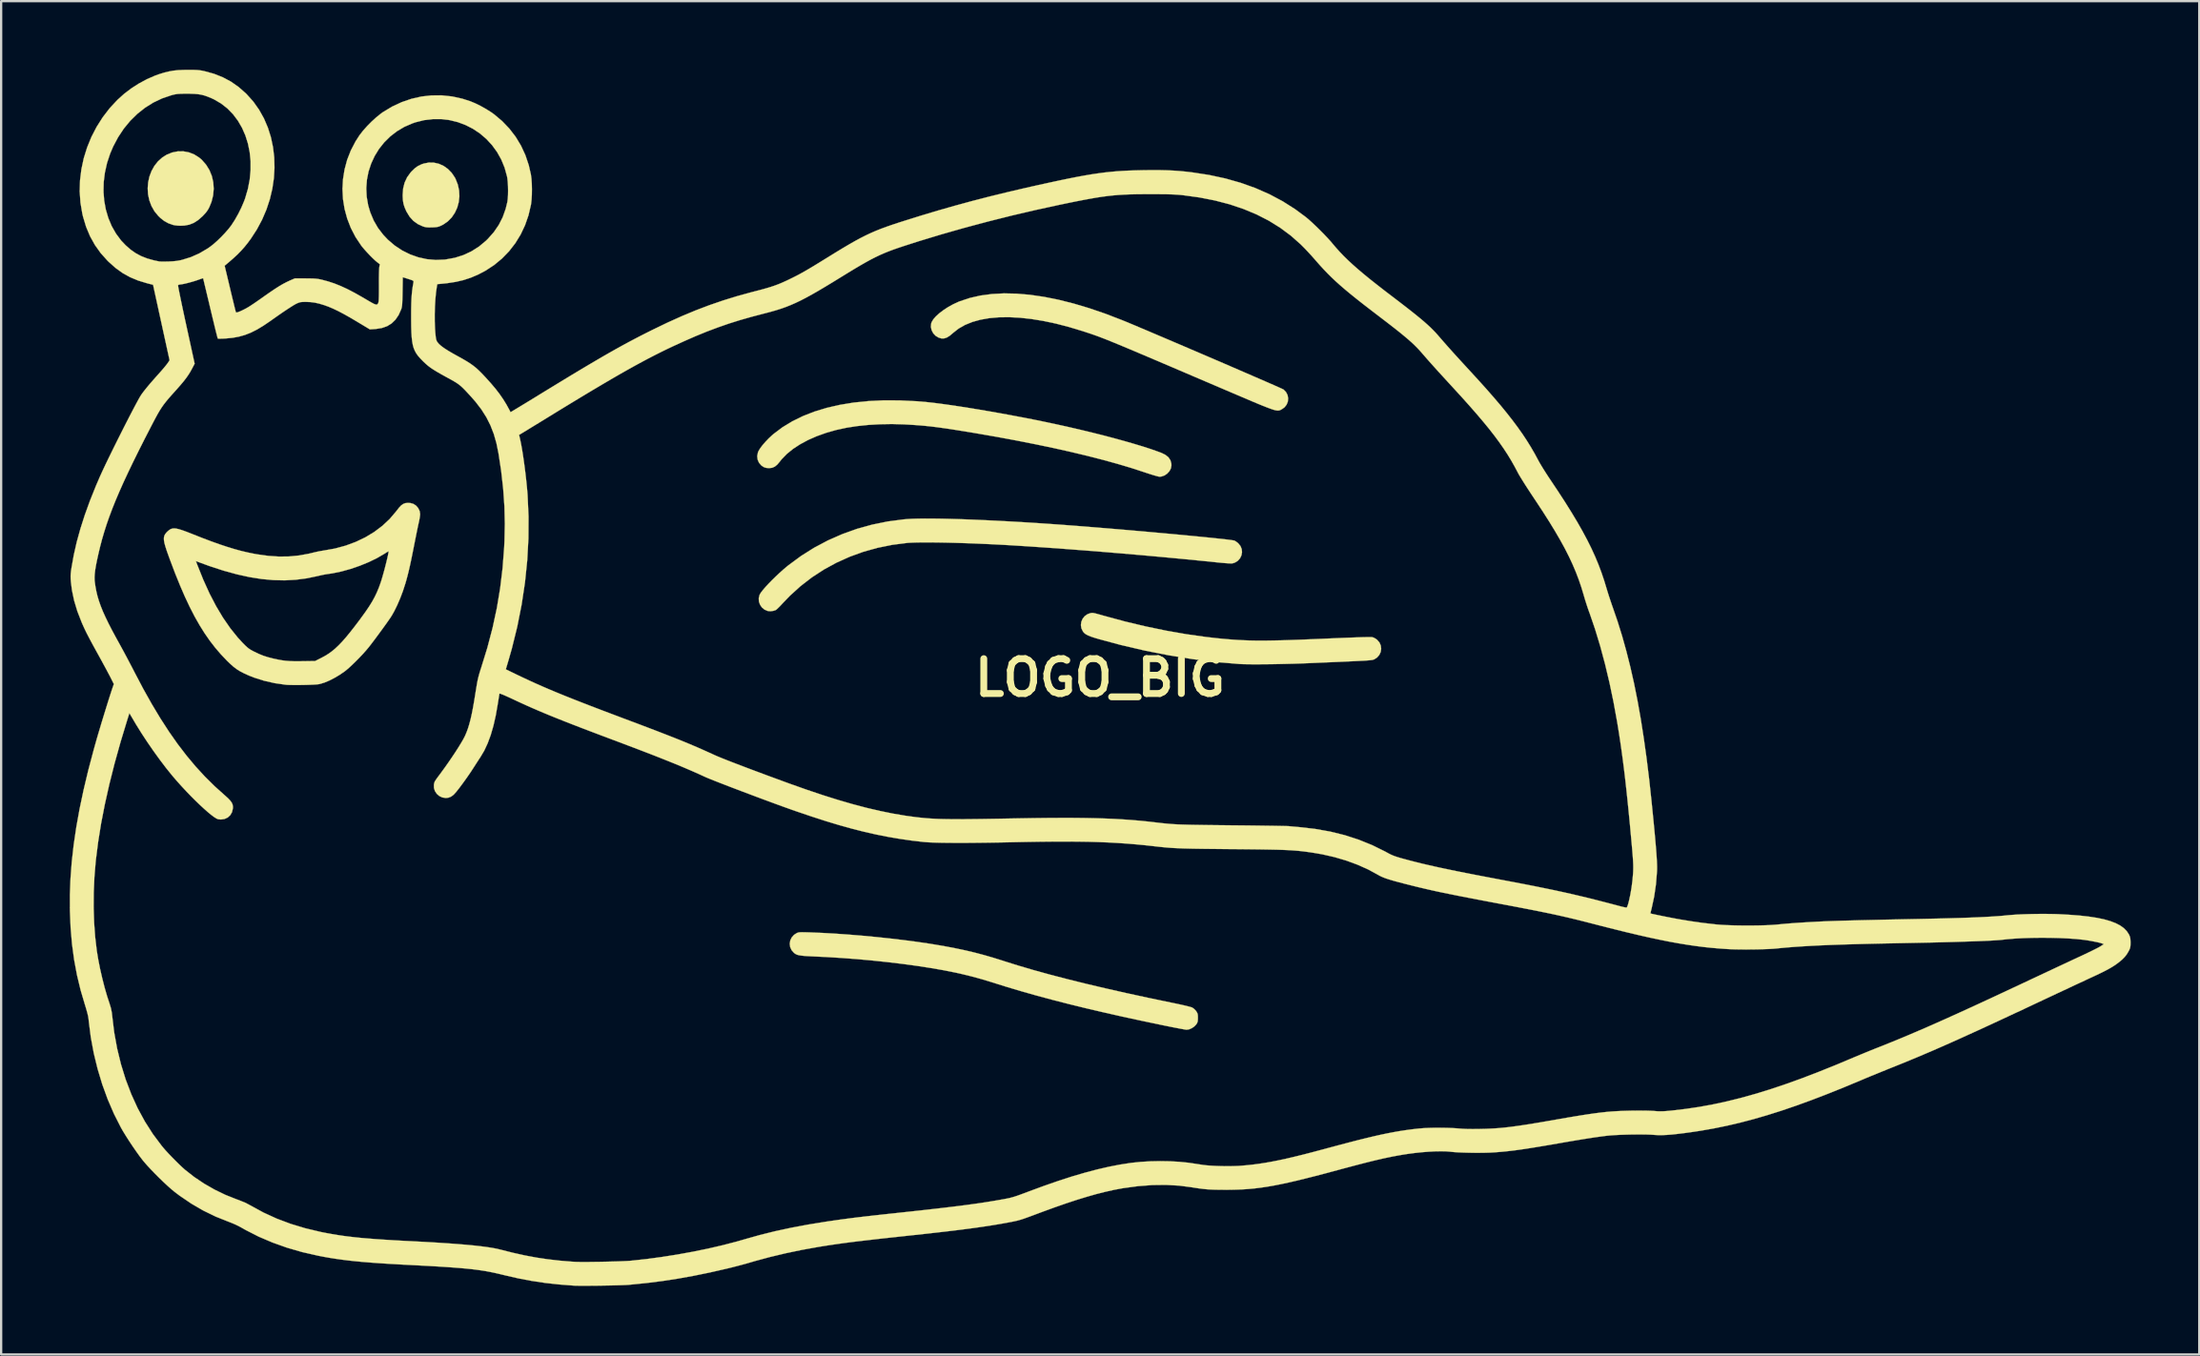
<source format=kicad_pcb>
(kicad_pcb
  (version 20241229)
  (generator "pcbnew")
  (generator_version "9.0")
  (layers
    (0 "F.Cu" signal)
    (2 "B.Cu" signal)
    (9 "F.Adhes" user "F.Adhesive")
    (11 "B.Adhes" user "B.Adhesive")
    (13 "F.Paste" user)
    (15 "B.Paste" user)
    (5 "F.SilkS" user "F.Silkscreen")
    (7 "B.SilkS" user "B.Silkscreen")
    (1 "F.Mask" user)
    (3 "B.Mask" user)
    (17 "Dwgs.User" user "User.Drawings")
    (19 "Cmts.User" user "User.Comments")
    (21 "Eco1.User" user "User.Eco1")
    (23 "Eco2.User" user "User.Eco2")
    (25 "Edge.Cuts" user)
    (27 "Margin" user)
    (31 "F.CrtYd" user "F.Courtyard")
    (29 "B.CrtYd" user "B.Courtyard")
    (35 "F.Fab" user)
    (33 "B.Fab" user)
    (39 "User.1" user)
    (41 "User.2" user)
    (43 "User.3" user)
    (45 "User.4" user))
  (footprint "LOGO_BIG"
    (layer "F.Cu")
    (at 45.032 26.584)
    (property "Reference" "LOGO_BIG" (at 0 0 0) (layer "F.SilkS") (effects (font (size 1.524 1.524) (thickness 0.3))))
    (attr through_hole)
    (fp_poly (pts (xy -39.825 -22.972) (xy -39.593 -22.881) (xy -39.377 -22.745) (xy -39.261 -22.646) (xy -39.074 -22.433) (xy -38.927 -22.195) (xy -38.822 -21.936) (xy -38.76 -21.663) (xy -38.741 -21.38) (xy -38.766 -21.094) (xy -38.837 -20.809) (xy -38.933 -20.574) (xy -38.998 -20.455) (xy -39.078 -20.344) (xy -39.185 -20.226) (xy -39.229 -20.18) (xy -39.42 -20.012) (xy -39.61 -19.89) (xy -39.808 -19.811) (xy -40.024 -19.771) (xy -40.196 -19.764) (xy -40.311 -19.769) (xy -40.422 -19.781) (xy -40.508 -19.797) (xy -40.513 -19.798) (xy -40.721 -19.871) (xy -40.901 -19.97) (xy -41.071 -20.103) (xy -41.161 -20.19) (xy -41.332 -20.399) (xy -41.463 -20.631) (xy -41.555 -20.878) (xy -41.61 -21.135) (xy -41.626 -21.398) (xy -41.606 -21.659) (xy -41.55 -21.914) (xy -41.459 -22.156) (xy -41.334 -22.38) (xy -41.175 -22.581) (xy -40.983 -22.752) (xy -40.797 -22.869) (xy -40.559 -22.966) (xy -40.313 -23.015) (xy -40.067 -23.017) (xy -39.825 -22.972)) (stroke (width 0.01) (type solid)) (fill yes) (layer "F.SilkS"))
    (fp_poly (pts (xy -29.116 -22.522) (xy -28.9 -22.473) (xy -28.694 -22.381) (xy -28.506 -22.248) (xy -28.339 -22.078) (xy -28.2 -21.872) (xy -28.168 -21.81) (xy -28.07 -21.561) (xy -28.015 -21.306) (xy -28.002 -21.049) (xy -28.03 -20.797) (xy -28.096 -20.556) (xy -28.199 -20.332) (xy -28.336 -20.129) (xy -28.507 -19.955) (xy -28.709 -19.815) (xy -28.775 -19.781) (xy -28.861 -19.742) (xy -28.936 -19.717) (xy -29.018 -19.703) (xy -29.122 -19.695) (xy -29.197 -19.692) (xy -29.331 -19.69) (xy -29.432 -19.696) (xy -29.518 -19.711) (xy -29.602 -19.737) (xy -29.825 -19.84) (xy -30.015 -19.979) (xy -30.177 -20.158) (xy -30.312 -20.38) (xy -30.326 -20.409) (xy -30.397 -20.571) (xy -30.444 -20.721) (xy -30.47 -20.878) (xy -30.48 -21.06) (xy -30.48 -21.116) (xy -30.459 -21.396) (xy -30.395 -21.65) (xy -30.286 -21.882) (xy -30.133 -22.094) (xy -30.092 -22.139) (xy -29.953 -22.274) (xy -29.816 -22.373) (xy -29.665 -22.446) (xy -29.562 -22.482) (xy -29.339 -22.526) (xy -29.116 -22.522)) (stroke (width 0.01) (type solid)) (fill yes) (layer "F.SilkS"))
    (fp_poly (pts (xy -0.271 -2.828) (xy -0.203 -2.813) (xy -0.108 -2.788) (xy 0.019 -2.753) (xy 0.188 -2.704) (xy 0.191 -2.704) (xy 1.084 -2.462) (xy 1.984 -2.247) (xy 2.879 -2.061) (xy 3.763 -1.906) (xy 4.624 -1.784) (xy 5.105 -1.729) (xy 5.355 -1.704) (xy 5.594 -1.683) (xy 5.826 -1.665) (xy 6.056 -1.65) (xy 6.287 -1.639) (xy 6.524 -1.63) (xy 6.772 -1.625) (xy 7.034 -1.623) (xy 7.315 -1.625) (xy 7.62 -1.63) (xy 7.951 -1.637) (xy 8.315 -1.648) (xy 8.714 -1.662) (xy 9.154 -1.68) (xy 9.638 -1.7) (xy 9.866 -1.71) (xy 10.28 -1.728) (xy 10.644 -1.743) (xy 10.96 -1.755) (xy 11.229 -1.765) (xy 11.452 -1.772) (xy 11.63 -1.776) (xy 11.765 -1.777) (xy 11.858 -1.776) (xy 11.909 -1.773) (xy 11.916 -1.771) (xy 11.993 -1.74) (xy 12.078 -1.687) (xy 12.112 -1.661) (xy 12.214 -1.544) (xy 12.273 -1.41) (xy 12.291 -1.267) (xy 12.269 -1.126) (xy 12.208 -0.995) (xy 12.11 -0.884) (xy 12.013 -0.82) (xy 11.994 -0.81) (xy 11.976 -0.801) (xy 11.957 -0.793) (xy 11.932 -0.786) (xy 11.9 -0.779) (xy 11.858 -0.773) (xy 11.802 -0.766) (xy 11.729 -0.76) (xy 11.638 -0.753) (xy 11.524 -0.746) (xy 11.386 -0.739) (xy 11.219 -0.73) (xy 11.022 -0.721) (xy 10.792 -0.71) (xy 10.524 -0.698) (xy 10.218 -0.685) (xy 9.869 -0.67) (xy 9.475 -0.653) (xy 9.055 -0.635) (xy 8.765 -0.624) (xy 8.46 -0.614) (xy 8.146 -0.606) (xy 7.83 -0.599) (xy 7.519 -0.593) (xy 7.219 -0.59) (xy 6.935 -0.588) (xy 6.676 -0.588) (xy 6.447 -0.59) (xy 6.255 -0.594) (xy 6.105 -0.6) (xy 6.083 -0.602) (xy 5.073 -0.687) (xy 4.042 -0.815) (xy 2.998 -0.983) (xy 1.948 -1.19) (xy 0.899 -1.436) (xy -0.038 -1.688) (xy -0.235 -1.746) (xy -0.389 -1.797) (xy -0.507 -1.843) (xy -0.597 -1.888) (xy -0.665 -1.935) (xy -0.718 -1.988) (xy -0.746 -2.025) (xy -0.813 -2.16) (xy -0.835 -2.303) (xy -0.816 -2.446) (xy -0.76 -2.578) (xy -0.67 -2.692) (xy -0.55 -2.777) (xy -0.443 -2.817) (xy -0.4 -2.828) (xy -0.362 -2.834) (xy -0.322 -2.834) (xy -0.271 -2.828)) (stroke (width 0.01) (type solid)) (fill yes) (layer "F.SilkS"))
    (fp_poly (pts (xy -12.923 11.128) (xy -12.778 11.132) (xy -12.672 11.135) (xy -12.14 11.157) (xy -11.572 11.189) (xy -10.979 11.231) (xy -10.371 11.281) (xy -9.758 11.339) (xy -9.15 11.404) (xy -8.557 11.474) (xy -7.989 11.549) (xy -7.457 11.627) (xy -7.188 11.671) (xy -6.71 11.754) (xy -6.272 11.839) (xy -5.861 11.926) (xy -5.467 12.02) (xy -5.078 12.123) (xy -4.683 12.237) (xy -4.271 12.365) (xy -4.178 12.396) (xy -3.571 12.586) (xy -2.912 12.78) (xy -2.204 12.976) (xy -1.445 13.174) (xy -0.635 13.375) (xy 0.224 13.578) (xy 1.133 13.784) (xy 2.092 13.992) (xy 3.101 14.202) (xy 3.209 14.224) (xy 3.4 14.264) (xy 3.579 14.303) (xy 3.738 14.34) (xy 3.871 14.373) (xy 3.97 14.4) (xy 4.028 14.419) (xy 4.034 14.422) (xy 4.106 14.473) (xy 4.178 14.545) (xy 4.204 14.578) (xy 4.245 14.642) (xy 4.268 14.7) (xy 4.278 14.772) (xy 4.28 14.87) (xy 4.277 14.973) (xy 4.266 15.045) (xy 4.242 15.104) (xy 4.207 15.159) (xy 4.123 15.248) (xy 4.012 15.323) (xy 3.893 15.374) (xy 3.786 15.39) (xy 3.741 15.385) (xy 3.652 15.37) (xy 3.526 15.347) (xy 3.369 15.317) (xy 3.188 15.282) (xy 2.988 15.242) (xy 2.785 15.201) (xy 1.864 15.008) (xy 0.989 14.819) (xy 0.159 14.631) (xy -0.631 14.446) (xy -1.385 14.261) (xy -2.104 14.076) (xy -2.794 13.89) (xy -3.457 13.702) (xy -4.097 13.511) (xy -4.717 13.317) (xy -4.737 13.31) (xy -5.171 13.179) (xy -5.633 13.053) (xy -6.098 12.94) (xy -6.312 12.893) (xy -6.833 12.789) (xy -7.397 12.691) (xy -7.998 12.598) (xy -8.629 12.512) (xy -9.282 12.434) (xy -9.951 12.363) (xy -10.628 12.302) (xy -11.307 12.251) (xy -11.98 12.21) (xy -12.373 12.192) (xy -12.608 12.181) (xy -12.798 12.171) (xy -12.95 12.16) (xy -13.069 12.147) (xy -13.161 12.132) (xy -13.232 12.113) (xy -13.288 12.09) (xy -13.336 12.06) (xy -13.38 12.026) (xy -13.483 11.908) (xy -13.543 11.773) (xy -13.561 11.63) (xy -13.539 11.489) (xy -13.477 11.357) (xy -13.377 11.244) (xy -13.284 11.182) (xy -13.244 11.16) (xy -13.206 11.145) (xy -13.164 11.135) (xy -13.108 11.129) (xy -13.03 11.127) (xy -12.923 11.128)) (stroke (width 0.01) (type solid)) (fill yes) (layer "F.SilkS"))
    (fp_poly (pts (xy -8.771 -12.127) (xy -8.046 -12.092) (xy -7.556 -12.051) (xy -7.273 -12.02) (xy -6.945 -11.978) (xy -6.579 -11.927) (xy -6.18 -11.868) (xy -5.754 -11.801) (xy -5.305 -11.728) (xy -4.841 -11.649) (xy -4.365 -11.565) (xy -3.884 -11.477) (xy -3.404 -11.386) (xy -2.929 -11.294) (xy -2.527 -11.212) (xy -1.984 -11.098) (xy -1.445 -10.979) (xy -0.912 -10.856) (xy -0.391 -10.731) (xy 0.113 -10.605) (xy 0.596 -10.478) (xy 1.054 -10.352) (xy 1.482 -10.229) (xy 1.876 -10.11) (xy 2.231 -9.995) (xy 2.542 -9.885) (xy 2.684 -9.832) (xy 2.861 -9.745) (xy 2.992 -9.639) (xy 3.078 -9.512) (xy 3.119 -9.364) (xy 3.123 -9.284) (xy 3.099 -9.152) (xy 3.033 -9.029) (xy 2.935 -8.923) (xy 2.815 -8.843) (xy 2.683 -8.798) (xy 2.598 -8.791) (xy 2.548 -8.8) (xy 2.457 -8.824) (xy 2.335 -8.859) (xy 2.187 -8.905) (xy 2.023 -8.958) (xy 1.892 -9.002) (xy 1.351 -9.178) (xy 0.762 -9.353) (xy 0.127 -9.528) (xy -0.552 -9.702) (xy -1.271 -9.874) (xy -2.029 -10.044) (xy -2.823 -10.21) (xy -3.65 -10.373) (xy -4.508 -10.532) (xy -5.395 -10.686) (xy -5.588 -10.719) (xy -5.98 -10.783) (xy -6.328 -10.839) (xy -6.64 -10.887) (xy -6.922 -10.927) (xy -7.18 -10.962) (xy -7.422 -10.991) (xy -7.655 -11.015) (xy -7.884 -11.035) (xy -8.116 -11.052) (xy -8.359 -11.067) (xy -8.576 -11.079) (xy -9.092 -11.093) (xy -9.612 -11.084) (xy -10.123 -11.055) (xy -10.612 -11.004) (xy -11.068 -10.934) (xy -11.074 -10.933) (xy -11.532 -10.834) (xy -11.967 -10.71) (xy -12.377 -10.564) (xy -12.757 -10.397) (xy -13.104 -10.211) (xy -13.415 -10.008) (xy -13.684 -9.79) (xy -13.91 -9.559) (xy -13.995 -9.451) (xy -14.107 -9.319) (xy -14.215 -9.231) (xy -14.329 -9.181) (xy -14.456 -9.166) (xy -14.459 -9.166) (xy -14.587 -9.175) (xy -14.688 -9.206) (xy -14.783 -9.267) (xy -14.807 -9.287) (xy -14.907 -9.402) (xy -14.966 -9.54) (xy -14.983 -9.691) (xy -14.954 -9.846) (xy -14.923 -9.92) (xy -14.853 -10.034) (xy -14.751 -10.169) (xy -14.625 -10.315) (xy -14.484 -10.463) (xy -14.335 -10.602) (xy -14.268 -10.66) (xy -13.879 -10.952) (xy -13.451 -11.212) (xy -12.985 -11.441) (xy -12.483 -11.637) (xy -11.946 -11.801) (xy -11.374 -11.932) (xy -10.77 -12.031) (xy -10.134 -12.096) (xy -9.467 -12.129) (xy -8.771 -12.127)) (stroke (width 0.01) (type solid)) (fill yes) (layer "F.SilkS"))
    (fp_poly (pts (xy -7.322 -6.96) (xy -6.939 -6.955) (xy -6.52 -6.945) (xy -6.068 -6.932) (xy -5.588 -6.914) (xy -5.081 -6.892) (xy -4.551 -6.867) (xy -4.001 -6.838) (xy -3.433 -6.806) (xy -2.852 -6.77) (xy -2.259 -6.73) (xy -1.714 -6.692) (xy -1.36 -6.665) (xy -0.986 -6.637) (xy -0.594 -6.606) (xy -0.19 -6.573) (xy 0.226 -6.539) (xy 0.648 -6.504) (xy 1.074 -6.468) (xy 1.502 -6.431) (xy 1.927 -6.394) (xy 2.347 -6.356) (xy 2.758 -6.319) (xy 3.157 -6.283) (xy 3.542 -6.247) (xy 3.908 -6.212) (xy 4.253 -6.179) (xy 4.574 -6.147) (xy 4.867 -6.118) (xy 5.13 -6.09) (xy 5.358 -6.066) (xy 5.55 -6.044) (xy 5.701 -6.025) (xy 5.809 -6.009) (xy 5.87 -5.998) (xy 5.879 -5.995) (xy 5.933 -5.964) (xy 6.004 -5.912) (xy 6.044 -5.878) (xy 6.14 -5.761) (xy 6.194 -5.628) (xy 6.208 -5.489) (xy 6.183 -5.352) (xy 6.123 -5.226) (xy 6.03 -5.118) (xy 5.906 -5.038) (xy 5.8 -5.003) (xy 5.74 -4.998) (xy 5.633 -5.001) (xy 5.484 -5.011) (xy 5.296 -5.027) (xy 5.135 -5.043) (xy 4.347 -5.123) (xy 3.529 -5.203) (xy 2.688 -5.282) (xy 1.833 -5.359) (xy 0.973 -5.433) (xy 0.114 -5.505) (xy -0.735 -5.572) (xy -1.566 -5.635) (xy -2.371 -5.693) (xy -3.142 -5.745) (xy -3.87 -5.791) (xy -3.873 -5.791) (xy -4.299 -5.815) (xy -4.727 -5.837) (xy -5.154 -5.856) (xy -5.575 -5.874) (xy -5.986 -5.888) (xy -6.382 -5.9) (xy -6.76 -5.909) (xy -7.114 -5.915) (xy -7.441 -5.918) (xy -7.736 -5.918) (xy -7.994 -5.915) (xy -8.212 -5.908) (xy -8.384 -5.899) (xy -8.42 -5.896) (xy -9.079 -5.812) (xy -9.72 -5.682) (xy -10.341 -5.509) (xy -10.942 -5.291) (xy -11.518 -5.032) (xy -12.07 -4.731) (xy -12.594 -4.389) (xy -13.088 -4.008) (xy -13.551 -3.588) (xy -13.859 -3.268) (xy -13.953 -3.167) (xy -14.04 -3.078) (xy -14.113 -3.008) (xy -14.162 -2.966) (xy -14.173 -2.96) (xy -14.278 -2.925) (xy -14.401 -2.909) (xy -14.513 -2.918) (xy -14.52 -2.919) (xy -14.662 -2.978) (xy -14.777 -3.072) (xy -14.86 -3.193) (xy -14.909 -3.331) (xy -14.917 -3.477) (xy -14.88 -3.622) (xy -14.872 -3.641) (xy -14.821 -3.725) (xy -14.736 -3.835) (xy -14.623 -3.966) (xy -14.488 -4.113) (xy -14.335 -4.27) (xy -14.171 -4.43) (xy -14.001 -4.59) (xy -13.83 -4.742) (xy -13.665 -4.881) (xy -13.62 -4.917) (xy -13.071 -5.322) (xy -12.495 -5.685) (xy -11.893 -6.004) (xy -11.269 -6.279) (xy -10.624 -6.51) (xy -9.961 -6.694) (xy -9.281 -6.833) (xy -8.586 -6.924) (xy -8.441 -6.936) (xy -8.23 -6.949) (xy -7.971 -6.957) (xy -7.667 -6.961) (xy -7.322 -6.96)) (stroke (width 0.01) (type solid)) (fill yes) (layer "F.SilkS"))
    (fp_poly (pts (xy -3.642 -16.794) (xy -3.059 -16.744) (xy -2.449 -16.655) (xy -1.814 -16.528) (xy -1.154 -16.362) (xy -0.47 -16.158) (xy 0.237 -15.916) (xy 0.965 -15.636) (xy 1.016 -15.615) (xy 1.158 -15.557) (xy 1.335 -15.483) (xy 1.544 -15.396) (xy 1.781 -15.295) (xy 2.045 -15.184) (xy 2.331 -15.062) (xy 2.637 -14.932) (xy 2.959 -14.795) (xy 3.294 -14.652) (xy 3.64 -14.504) (xy 3.992 -14.353) (xy 4.348 -14.201) (xy 4.705 -14.047) (xy 5.06 -13.895) (xy 5.409 -13.745) (xy 5.749 -13.598) (xy 6.077 -13.456) (xy 6.391 -13.32) (xy 6.686 -13.192) (xy 6.961 -13.073) (xy 7.211 -12.964) (xy 7.433 -12.867) (xy 7.625 -12.783) (xy 7.783 -12.713) (xy 7.905 -12.658) (xy 7.986 -12.621) (xy 8.024 -12.602) (xy 8.026 -12.6) (xy 8.133 -12.489) (xy 8.199 -12.359) (xy 8.224 -12.218) (xy 8.211 -12.076) (xy 8.158 -11.942) (xy 8.068 -11.826) (xy 7.953 -11.743) (xy 7.917 -11.724) (xy 7.885 -11.707) (xy 7.853 -11.694) (xy 7.818 -11.686) (xy 7.778 -11.682) (xy 7.73 -11.686) (xy 7.67 -11.696) (xy 7.597 -11.715) (xy 7.507 -11.744) (xy 7.398 -11.783) (xy 7.266 -11.833) (xy 7.109 -11.895) (xy 6.924 -11.971) (xy 6.708 -12.061) (xy 6.458 -12.167) (xy 6.172 -12.289) (xy 5.846 -12.428) (xy 5.478 -12.585) (xy 5.232 -12.69) (xy 4.659 -12.935) (xy 4.13 -13.161) (xy 3.644 -13.369) (xy 3.198 -13.56) (xy 2.789 -13.734) (xy 2.417 -13.893) (xy 2.078 -14.037) (xy 1.771 -14.167) (xy 1.494 -14.285) (xy 1.243 -14.39) (xy 1.017 -14.485) (xy 0.815 -14.569) (xy 0.633 -14.644) (xy 0.469 -14.711) (xy 0.322 -14.77) (xy 0.189 -14.823) (xy 0.068 -14.869) (xy -0.043 -14.912) (xy -0.147 -14.95) (xy -0.245 -14.985) (xy -0.34 -15.018) (xy -0.433 -15.05) (xy -0.528 -15.081) (xy -0.626 -15.113) (xy -0.729 -15.147) (xy -0.767 -15.159) (xy -1.356 -15.337) (xy -1.925 -15.485) (xy -2.474 -15.601) (xy -3 -15.687) (xy -3.501 -15.742) (xy -3.977 -15.766) (xy -4.424 -15.76) (xy -4.842 -15.723) (xy -5.228 -15.655) (xy -5.58 -15.557) (xy -5.898 -15.428) (xy -6.178 -15.269) (xy -6.42 -15.079) (xy -6.427 -15.072) (xy -6.571 -14.951) (xy -6.699 -14.873) (xy -6.819 -14.836) (xy -6.938 -14.838) (xy -7.056 -14.873) (xy -7.187 -14.952) (xy -7.29 -15.063) (xy -7.359 -15.195) (xy -7.391 -15.338) (xy -7.38 -15.483) (xy -7.357 -15.552) (xy -7.286 -15.672) (xy -7.173 -15.802) (xy -7.025 -15.936) (xy -6.848 -16.071) (xy -6.65 -16.201) (xy -6.436 -16.321) (xy -6.213 -16.426) (xy -6.125 -16.462) (xy -5.689 -16.606) (xy -5.222 -16.712) (xy -4.725 -16.778) (xy -4.198 -16.806) (xy -3.642 -16.794)) (stroke (width 0.01) (type solid)) (fill yes) (layer "F.SilkS"))
    (fp_poly (pts (xy -30.147 -7.639) (xy -30.013 -7.602) (xy -29.894 -7.525) (xy -29.8 -7.416) (xy -29.738 -7.287) (xy -29.718 -7.159) (xy -29.724 -7.083) (xy -29.74 -6.975) (xy -29.763 -6.852) (xy -29.78 -6.778) (xy -29.801 -6.683) (xy -29.83 -6.547) (xy -29.864 -6.381) (xy -29.902 -6.193) (xy -29.942 -5.993) (xy -29.982 -5.79) (xy -29.984 -5.779) (xy -30.049 -5.453) (xy -30.106 -5.17) (xy -30.159 -4.923) (xy -30.209 -4.703) (xy -30.258 -4.504) (xy -30.307 -4.318) (xy -30.358 -4.137) (xy -30.367 -4.109) (xy -30.47 -3.791) (xy -30.59 -3.473) (xy -30.721 -3.17) (xy -30.858 -2.893) (xy -30.961 -2.713) (xy -31.011 -2.635) (xy -31.087 -2.524) (xy -31.184 -2.386) (xy -31.296 -2.23) (xy -31.418 -2.062) (xy -31.544 -1.89) (xy -31.67 -1.72) (xy -31.79 -1.561) (xy -31.899 -1.418) (xy -31.976 -1.321) (xy -32.089 -1.186) (xy -32.225 -1.034) (xy -32.376 -0.874) (xy -32.533 -0.715) (xy -32.688 -0.564) (xy -32.833 -0.43) (xy -32.959 -0.323) (xy -33.02 -0.275) (xy -33.237 -0.126) (xy -33.462 0.007) (xy -33.685 0.121) (xy -33.896 0.21) (xy -34.085 0.268) (xy -34.147 0.281) (xy -34.226 0.291) (xy -34.346 0.299) (xy -34.497 0.306) (xy -34.67 0.312) (xy -34.854 0.316) (xy -35.04 0.318) (xy -35.217 0.318) (xy -35.377 0.316) (xy -35.508 0.312) (xy -35.599 0.305) (xy -36.075 0.236) (xy -36.535 0.132) (xy -36.969 -0.005) (xy -37.184 -0.089) (xy -37.399 -0.185) (xy -37.578 -0.277) (xy -37.735 -0.375) (xy -37.884 -0.488) (xy -38.037 -0.625) (xy -38.162 -0.746) (xy -38.424 -1.022) (xy -38.673 -1.312) (xy -38.911 -1.62) (xy -39.139 -1.949) (xy -39.36 -2.302) (xy -39.576 -2.683) (xy -39.788 -3.096) (xy -39.999 -3.544) (xy -40.21 -4.031) (xy -40.424 -4.559) (xy -40.63 -5.103) (xy -39.521 -5.103) (xy -39.457 -4.934) (xy -39.197 -4.285) (xy -38.924 -3.684) (xy -38.637 -3.132) (xy -38.336 -2.628) (xy -38.021 -2.171) (xy -37.692 -1.761) (xy -37.486 -1.536) (xy -37.376 -1.424) (xy -37.288 -1.341) (xy -37.208 -1.277) (xy -37.125 -1.222) (xy -37.027 -1.168) (xy -36.987 -1.147) (xy -36.776 -1.046) (xy -36.578 -0.965) (xy -36.372 -0.899) (xy -36.139 -0.839) (xy -36.092 -0.829) (xy -35.912 -0.791) (xy -35.75 -0.762) (xy -35.594 -0.742) (xy -35.432 -0.729) (xy -35.252 -0.722) (xy -35.043 -0.721) (xy -34.852 -0.723) (xy -34.308 -0.731) (xy -34.052 -0.86) (xy -33.889 -0.947) (xy -33.736 -1.041) (xy -33.587 -1.147) (xy -33.439 -1.268) (xy -33.289 -1.409) (xy -33.132 -1.572) (xy -32.964 -1.762) (xy -32.783 -1.983) (xy -32.583 -2.238) (xy -32.361 -2.531) (xy -32.299 -2.616) (xy -32.109 -2.878) (xy -31.95 -3.112) (xy -31.816 -3.328) (xy -31.703 -3.534) (xy -31.605 -3.739) (xy -31.517 -3.952) (xy -31.445 -4.153) (xy -31.406 -4.272) (xy -31.364 -4.415) (xy -31.319 -4.574) (xy -31.273 -4.741) (xy -31.23 -4.909) (xy -31.189 -5.071) (xy -31.154 -5.22) (xy -31.125 -5.347) (xy -31.106 -5.446) (xy -31.097 -5.509) (xy -31.098 -5.529) (xy -31.12 -5.519) (xy -31.175 -5.487) (xy -31.251 -5.439) (xy -31.278 -5.421) (xy -31.602 -5.233) (xy -31.964 -5.057) (xy -32.352 -4.898) (xy -32.753 -4.76) (xy -33.156 -4.648) (xy -33.549 -4.566) (xy -33.782 -4.532) (xy -33.864 -4.519) (xy -33.979 -4.497) (xy -34.11 -4.468) (xy -34.216 -4.443) (xy -34.682 -4.346) (xy -35.154 -4.285) (xy -35.637 -4.259) (xy -36.133 -4.27) (xy -36.645 -4.317) (xy -37.176 -4.401) (xy -37.729 -4.523) (xy -38.307 -4.682) (xy -38.913 -4.879) (xy -39.35 -5.038) (xy -39.521 -5.103) (xy -40.63 -5.103) (xy -40.642 -5.134) (xy -40.713 -5.329) (xy -40.794 -5.556) (xy -40.854 -5.743) (xy -40.895 -5.894) (xy -40.916 -6.018) (xy -40.918 -6.118) (xy -40.901 -6.202) (xy -40.865 -6.276) (xy -40.811 -6.345) (xy -40.764 -6.393) (xy -40.696 -6.452) (xy -40.63 -6.495) (xy -40.559 -6.521) (xy -40.478 -6.531) (xy -40.382 -6.523) (xy -40.263 -6.496) (xy -40.117 -6.451) (xy -39.938 -6.386) (xy -39.72 -6.301) (xy -39.657 -6.276) (xy -39.226 -6.106) (xy -38.834 -5.958) (xy -38.475 -5.83) (xy -38.144 -5.72) (xy -37.835 -5.626) (xy -37.543 -5.546) (xy -37.26 -5.479) (xy -36.982 -5.422) (xy -36.843 -5.397) (xy -36.354 -5.329) (xy -35.892 -5.298) (xy -35.448 -5.303) (xy -35.014 -5.345) (xy -34.581 -5.424) (xy -34.379 -5.473) (xy -34.242 -5.505) (xy -34.091 -5.536) (xy -33.953 -5.559) (xy -33.934 -5.562) (xy -33.443 -5.649) (xy -32.974 -5.776) (xy -32.528 -5.941) (xy -32.11 -6.141) (xy -31.722 -6.376) (xy -31.368 -6.643) (xy -31.049 -6.942) (xy -30.77 -7.27) (xy -30.749 -7.298) (xy -30.64 -7.437) (xy -30.546 -7.536) (xy -30.456 -7.6) (xy -30.361 -7.635) (xy -30.253 -7.645) (xy -30.147 -7.639)) (stroke (width 0.01) (type solid)) (fill yes) (layer "F.SilkS"))
    (fp_poly (pts (xy -39.709 -26.579) (xy -39.567 -26.577) (xy -39.452 -26.571) (xy -39.353 -26.561) (xy -39.258 -26.546) (xy -39.155 -26.524) (xy -39.144 -26.522) (xy -38.727 -26.407) (xy -38.343 -26.255) (xy -37.986 -26.064) (xy -37.652 -25.83) (xy -37.335 -25.551) (xy -37.299 -25.515) (xy -37.008 -25.19) (xy -36.757 -24.835) (xy -36.545 -24.456) (xy -36.373 -24.054) (xy -36.241 -23.635) (xy -36.149 -23.2) (xy -36.096 -22.754) (xy -36.084 -22.3) (xy -36.111 -21.841) (xy -36.179 -21.381) (xy -36.287 -20.924) (xy -36.436 -20.472) (xy -36.625 -20.03) (xy -36.855 -19.6) (xy -37.117 -19.197) (xy -37.26 -19.004) (xy -37.401 -18.829) (xy -37.548 -18.665) (xy -37.708 -18.502) (xy -37.892 -18.332) (xy -38.107 -18.146) (xy -38.188 -18.078) (xy -38.263 -18.015) (xy -38.023 -17.007) (xy -37.971 -16.788) (xy -37.922 -16.584) (xy -37.877 -16.401) (xy -37.839 -16.243) (xy -37.807 -16.117) (xy -37.784 -16.028) (xy -37.77 -15.98) (xy -37.768 -15.974) (xy -37.737 -15.97) (xy -37.671 -15.988) (xy -37.576 -16.025) (xy -37.462 -16.079) (xy -37.335 -16.144) (xy -37.237 -16.2) (xy -37.161 -16.247) (xy -37.053 -16.318) (xy -36.921 -16.407) (xy -36.774 -16.509) (xy -36.621 -16.616) (xy -36.539 -16.675) (xy -36.29 -16.849) (xy -36.074 -16.995) (xy -35.883 -17.117) (xy -35.711 -17.218) (xy -35.55 -17.302) (xy -35.395 -17.375) (xy -35.384 -17.379) (xy -35.192 -17.462) (xy -34.722 -17.461) (xy -34.54 -17.459) (xy -34.397 -17.456) (xy -34.282 -17.448) (xy -34.183 -17.437) (xy -34.088 -17.42) (xy -34.011 -17.402) (xy -33.738 -17.329) (xy -33.465 -17.239) (xy -33.186 -17.127) (xy -32.893 -16.992) (xy -32.58 -16.829) (xy -32.239 -16.636) (xy -32.103 -16.556) (xy -31.942 -16.461) (xy -31.819 -16.391) (xy -31.728 -16.344) (xy -31.662 -16.32) (xy -31.616 -16.315) (xy -31.585 -16.33) (xy -31.561 -16.362) (xy -31.542 -16.404) (xy -31.532 -16.455) (xy -31.525 -16.556) (xy -31.52 -16.704) (xy -31.518 -16.899) (xy -31.518 -17.138) (xy -31.518 -17.158) (xy -31.519 -17.346) (xy -31.518 -17.524) (xy -31.515 -17.683) (xy -31.511 -17.814) (xy -31.506 -17.911) (xy -31.501 -17.962) (xy -31.478 -18.08) (xy -31.597 -18.171) (xy -31.685 -18.245) (xy -31.795 -18.349) (xy -31.917 -18.471) (xy -32.04 -18.602) (xy -32.156 -18.731) (xy -32.254 -18.847) (xy -32.293 -18.898) (xy -32.543 -19.273) (xy -32.747 -19.668) (xy -32.906 -20.078) (xy -33.02 -20.499) (xy -33.089 -20.928) (xy -33.112 -21.361) (xy -33.11 -21.406) (xy -32.072 -21.406) (xy -32.054 -21.033) (xy -31.989 -20.659) (xy -31.898 -20.35) (xy -31.749 -19.994) (xy -31.561 -19.669) (xy -31.331 -19.369) (xy -31.129 -19.155) (xy -30.828 -18.898) (xy -30.502 -18.683) (xy -30.156 -18.51) (xy -29.794 -18.383) (xy -29.419 -18.301) (xy -29.037 -18.268) (xy -28.652 -18.283) (xy -28.6 -18.289) (xy -28.202 -18.362) (xy -27.828 -18.48) (xy -27.477 -18.643) (xy -27.148 -18.851) (xy -26.842 -19.106) (xy -26.758 -19.188) (xy -26.496 -19.484) (xy -26.28 -19.8) (xy -26.107 -20.14) (xy -25.977 -20.507) (xy -25.905 -20.803) (xy -25.887 -20.939) (xy -25.876 -21.11) (xy -25.873 -21.302) (xy -25.877 -21.499) (xy -25.888 -21.685) (xy -25.906 -21.847) (xy -25.919 -21.92) (xy -26.024 -22.302) (xy -26.171 -22.659) (xy -26.356 -22.989) (xy -26.575 -23.29) (xy -26.825 -23.56) (xy -27.103 -23.798) (xy -27.405 -24) (xy -27.729 -24.166) (xy -28.07 -24.294) (xy -28.425 -24.381) (xy -28.791 -24.426) (xy -29.164 -24.426) (xy -29.541 -24.381) (xy -29.919 -24.287) (xy -30.048 -24.243) (xy -30.404 -24.089) (xy -30.73 -23.896) (xy -31.025 -23.668) (xy -31.287 -23.409) (xy -31.515 -23.122) (xy -31.706 -22.811) (xy -31.859 -22.48) (xy -31.973 -22.134) (xy -32.044 -21.774) (xy -32.072 -21.406) (xy -33.11 -21.406) (xy -33.089 -21.793) (xy -33.021 -22.222) (xy -32.908 -22.644) (xy -32.748 -23.053) (xy -32.543 -23.448) (xy -32.365 -23.724) (xy -32.216 -23.916) (xy -32.037 -24.118) (xy -31.839 -24.318) (xy -31.635 -24.504) (xy -31.437 -24.664) (xy -31.344 -24.731) (xy -30.942 -24.973) (xy -30.525 -25.167) (xy -30.097 -25.314) (xy -29.659 -25.413) (xy -29.214 -25.463) (xy -28.766 -25.464) (xy -28.318 -25.416) (xy -27.871 -25.318) (xy -27.521 -25.205) (xy -27.31 -25.117) (xy -27.08 -25.004) (xy -26.848 -24.875) (xy -26.632 -24.74) (xy -26.489 -24.639) (xy -26.134 -24.341) (xy -25.818 -24.011) (xy -25.542 -23.652) (xy -25.308 -23.264) (xy -25.117 -22.851) (xy -24.97 -22.414) (xy -24.877 -22.009) (xy -24.852 -21.823) (xy -24.837 -21.604) (xy -24.831 -21.367) (xy -24.834 -21.129) (xy -24.847 -20.905) (xy -24.869 -20.711) (xy -24.875 -20.676) (xy -24.981 -20.221) (xy -25.131 -19.789) (xy -25.323 -19.382) (xy -25.556 -19.002) (xy -25.828 -18.651) (xy -26.136 -18.333) (xy -26.48 -18.048) (xy -26.857 -17.8) (xy -27.185 -17.628) (xy -27.503 -17.493) (xy -27.823 -17.388) (xy -28.158 -17.31) (xy -28.523 -17.254) (xy -28.651 -17.24) (xy -28.968 -17.209) (xy -28.986 -17.107) (xy -29.024 -16.848) (xy -29.052 -16.551) (xy -29.071 -16.231) (xy -29.08 -15.901) (xy -29.079 -15.573) (xy -29.067 -15.261) (xy -29.055 -15.094) (xy -29.042 -14.954) (xy -29.029 -14.854) (xy -29.014 -14.782) (xy -28.993 -14.727) (xy -28.966 -14.68) (xy -28.962 -14.674) (xy -28.895 -14.594) (xy -28.797 -14.507) (xy -28.664 -14.409) (xy -28.492 -14.299) (xy -28.279 -14.174) (xy -28.106 -14.078) (xy -27.882 -13.954) (xy -27.694 -13.845) (xy -27.535 -13.744) (xy -27.396 -13.645) (xy -27.266 -13.541) (xy -27.139 -13.424) (xy -27.004 -13.289) (xy -26.854 -13.129) (xy -26.852 -13.127) (xy -26.618 -12.867) (xy -26.417 -12.629) (xy -26.243 -12.402) (xy -26.088 -12.178) (xy -25.946 -11.947) (xy -25.81 -11.699) (xy -25.766 -11.613) (xy -25.744 -11.624) (xy -25.683 -11.66) (xy -25.586 -11.718) (xy -25.458 -11.795) (xy -25.302 -11.89) (xy -25.122 -11.999) (xy -24.922 -12.121) (xy -24.706 -12.253) (xy -24.546 -12.352) (xy -24.042 -12.66) (xy -23.578 -12.943) (xy -23.15 -13.203) (xy -22.754 -13.441) (xy -22.387 -13.66) (xy -22.046 -13.861) (xy -21.728 -14.047) (xy -21.428 -14.219) (xy -21.144 -14.379) (xy -20.871 -14.53) (xy -20.608 -14.673) (xy -20.349 -14.81) (xy -20.092 -14.944) (xy -19.834 -15.075) (xy -19.57 -15.207) (xy -19.558 -15.213) (xy -18.907 -15.527) (xy -18.282 -15.809) (xy -17.675 -16.062) (xy -17.077 -16.289) (xy -16.478 -16.495) (xy -15.869 -16.683) (xy -15.24 -16.856) (xy -15.113 -16.889) (xy -14.838 -16.96) (xy -14.603 -17.025) (xy -14.399 -17.086) (xy -14.215 -17.148) (xy -14.041 -17.213) (xy -13.869 -17.286) (xy -13.688 -17.368) (xy -13.576 -17.422) (xy -13.429 -17.494) (xy -13.291 -17.564) (xy -13.156 -17.634) (xy -13.018 -17.71) (xy -12.871 -17.793) (xy -12.709 -17.888) (xy -12.526 -17.997) (xy -12.317 -18.125) (xy -12.075 -18.274) (xy -11.887 -18.39) (xy -11.544 -18.602) (xy -11.237 -18.788) (xy -10.959 -18.952) (xy -10.705 -19.097) (xy -10.469 -19.225) (xy -10.243 -19.339) (xy -10.023 -19.443) (xy -9.802 -19.539) (xy -9.574 -19.63) (xy -9.332 -19.719) (xy -9.07 -19.81) (xy -8.783 -19.905) (xy -8.609 -19.96) (xy -7.84 -20.201) (xy -7.089 -20.426) (xy -6.346 -20.638) (xy -5.601 -20.841) (xy -4.844 -21.037) (xy -4.063 -21.228) (xy -3.25 -21.418) (xy -2.667 -21.549) (xy -2.192 -21.653) (xy -1.761 -21.746) (xy -1.369 -21.827) (xy -1.01 -21.898) (xy -0.679 -21.959) (xy -0.372 -22.011) (xy -0.082 -22.054) (xy 0.195 -22.091) (xy 0.464 -22.12) (xy 0.732 -22.144) (xy 1.002 -22.162) (xy 1.281 -22.176) (xy 1.573 -22.185) (xy 1.884 -22.192) (xy 1.918 -22.193) (xy 2.289 -22.196) (xy 2.621 -22.195) (xy 2.923 -22.188) (xy 3.207 -22.175) (xy 3.482 -22.156) (xy 3.759 -22.129) (xy 4.039 -22.096) (xy 4.777 -21.982) (xy 5.482 -21.83) (xy 6.155 -21.639) (xy 6.795 -21.41) (xy 7.404 -21.142) (xy 7.982 -20.835) (xy 8.529 -20.488) (xy 8.992 -20.146) (xy 9.121 -20.038) (xy 9.274 -19.9) (xy 9.442 -19.741) (xy 9.616 -19.571) (xy 9.787 -19.398) (xy 9.945 -19.231) (xy 10.082 -19.08) (xy 10.161 -18.986) (xy 10.317 -18.802) (xy 10.48 -18.621) (xy 10.653 -18.44) (xy 10.841 -18.256) (xy 11.047 -18.065) (xy 11.274 -17.865) (xy 11.526 -17.652) (xy 11.807 -17.422) (xy 12.121 -17.174) (xy 12.47 -16.902) (xy 12.751 -16.688) (xy 13.068 -16.446) (xy 13.348 -16.23) (xy 13.594 -16.038) (xy 13.81 -15.866) (xy 13.998 -15.712) (xy 14.164 -15.572) (xy 14.309 -15.443) (xy 14.439 -15.323) (xy 14.556 -15.207) (xy 14.665 -15.094) (xy 14.768 -14.979) (xy 14.817 -14.922) (xy 15.008 -14.702) (xy 15.23 -14.45) (xy 15.48 -14.171) (xy 15.754 -13.87) (xy 16.046 -13.552) (xy 16.116 -13.476) (xy 16.515 -13.041) (xy 16.879 -12.637) (xy 17.21 -12.259) (xy 17.511 -11.906) (xy 17.784 -11.572) (xy 18.033 -11.254) (xy 18.26 -10.95) (xy 18.468 -10.656) (xy 18.658 -10.368) (xy 18.835 -10.083) (xy 19 -9.798) (xy 19.147 -9.525) (xy 19.21 -9.41) (xy 19.296 -9.265) (xy 19.397 -9.1) (xy 19.508 -8.925) (xy 19.62 -8.753) (xy 19.673 -8.674) (xy 20.016 -8.161) (xy 20.327 -7.682) (xy 20.608 -7.233) (xy 20.862 -6.81) (xy 21.09 -6.409) (xy 21.295 -6.026) (xy 21.479 -5.657) (xy 21.643 -5.297) (xy 21.79 -4.944) (xy 21.922 -4.592) (xy 22.041 -4.238) (xy 22.138 -3.918) (xy 22.187 -3.756) (xy 22.247 -3.566) (xy 22.313 -3.366) (xy 22.378 -3.174) (xy 22.412 -3.079) (xy 22.624 -2.462) (xy 22.823 -1.823) (xy 23.008 -1.159) (xy 23.182 -0.468) (xy 23.345 0.254) (xy 23.496 1.009) (xy 23.637 1.801) (xy 23.767 2.631) (xy 23.889 3.502) (xy 24.002 4.418) (xy 24.106 5.382) (xy 24.115 5.474) (xy 24.16 5.918) (xy 24.199 6.315) (xy 24.233 6.668) (xy 24.262 6.98) (xy 24.286 7.254) (xy 24.306 7.495) (xy 24.322 7.704) (xy 24.334 7.886) (xy 24.343 8.043) (xy 24.348 8.179) (xy 24.35 8.297) (xy 24.349 8.4) (xy 24.346 8.471) (xy 24.302 9.027) (xy 24.223 9.569) (xy 24.112 10.085) (xy 24.093 10.159) (xy 24.074 10.235) (xy 24.064 10.289) (xy 24.064 10.305) (xy 24.092 10.314) (xy 24.162 10.331) (xy 24.268 10.354) (xy 24.401 10.382) (xy 24.554 10.413) (xy 24.72 10.447) (xy 24.89 10.48) (xy 25.059 10.513) (xy 25.218 10.543) (xy 25.337 10.564) (xy 25.835 10.646) (xy 26.342 10.718) (xy 26.877 10.78) (xy 26.937 10.787) (xy 27.134 10.803) (xy 27.37 10.816) (xy 27.637 10.826) (xy 27.924 10.832) (xy 28.222 10.835) (xy 28.521 10.834) (xy 28.812 10.83) (xy 29.086 10.823) (xy 29.333 10.812) (xy 29.543 10.797) (xy 29.629 10.789) (xy 29.78 10.774) (xy 29.966 10.757) (xy 30.174 10.74) (xy 30.388 10.724) (xy 30.595 10.71) (xy 30.645 10.707) (xy 30.82 10.696) (xy 30.988 10.686) (xy 31.151 10.677) (xy 31.313 10.668) (xy 31.476 10.66) (xy 31.644 10.652) (xy 31.819 10.645) (xy 32.006 10.638) (xy 32.207 10.631) (xy 32.425 10.624) (xy 32.663 10.618) (xy 32.924 10.611) (xy 33.213 10.603) (xy 33.53 10.596) (xy 33.881 10.588) (xy 34.268 10.579) (xy 34.693 10.57) (xy 35.161 10.56) (xy 35.674 10.55) (xy 36.106 10.541) (xy 36.653 10.529) (xy 37.153 10.516) (xy 37.606 10.503) (xy 38.015 10.489) (xy 38.384 10.474) (xy 38.714 10.458) (xy 39.008 10.441) (xy 39.269 10.423) (xy 39.498 10.404) (xy 39.649 10.388) (xy 39.845 10.371) (xy 40.081 10.355) (xy 40.347 10.343) (xy 40.633 10.334) (xy 40.929 10.328) (xy 41.223 10.326) (xy 41.507 10.328) (xy 41.769 10.333) (xy 41.885 10.337) (xy 42.38 10.364) (xy 42.827 10.399) (xy 43.227 10.444) (xy 43.582 10.499) (xy 43.895 10.565) (xy 44.166 10.643) (xy 44.398 10.732) (xy 44.593 10.833) (xy 44.753 10.948) (xy 44.878 11.075) (xy 44.972 11.217) (xy 44.984 11.239) (xy 45.017 11.318) (xy 45.036 11.396) (xy 45.044 11.493) (xy 45.046 11.582) (xy 45.044 11.697) (xy 45.034 11.781) (xy 45.014 11.851) (xy 44.979 11.927) (xy 44.973 11.938) (xy 44.889 12.082) (xy 44.795 12.205) (xy 44.679 12.323) (xy 44.558 12.424) (xy 44.446 12.509) (xy 44.33 12.59) (xy 44.202 12.669) (xy 44.056 12.752) (xy 43.885 12.841) (xy 43.683 12.94) (xy 43.443 13.054) (xy 43.345 13.099) (xy 43.219 13.157) (xy 43.052 13.235) (xy 42.85 13.329) (xy 42.618 13.437) (xy 42.362 13.557) (xy 42.088 13.685) (xy 41.8 13.82) (xy 41.505 13.959) (xy 41.208 14.098) (xy 41.021 14.186) (xy 40.409 14.474) (xy 39.839 14.74) (xy 39.308 14.988) (xy 38.813 15.217) (xy 38.35 15.43) (xy 37.917 15.627) (xy 37.509 15.812) (xy 37.125 15.984) (xy 36.759 16.145) (xy 36.41 16.298) (xy 36.073 16.442) (xy 35.746 16.581) (xy 35.426 16.714) (xy 35.108 16.845) (xy 34.79 16.973) (xy 34.633 17.036) (xy 34.411 17.125) (xy 34.17 17.223) (xy 33.922 17.324) (xy 33.681 17.423) (xy 33.462 17.514) (xy 33.299 17.583) (xy 32.527 17.905) (xy 31.793 18.2) (xy 31.093 18.469) (xy 30.424 18.712) (xy 29.781 18.931) (xy 29.161 19.127) (xy 28.56 19.301) (xy 27.974 19.455) (xy 27.399 19.589) (xy 26.832 19.705) (xy 26.269 19.804) (xy 25.895 19.861) (xy 25.556 19.908) (xy 25.26 19.944) (xy 25.004 19.972) (xy 24.782 19.989) (xy 24.587 19.998) (xy 24.416 19.999) (xy 24.262 19.991) (xy 24.214 19.987) (xy 24.075 19.978) (xy 23.896 19.972) (xy 23.685 19.969) (xy 23.453 19.969) (xy 23.21 19.972) (xy 22.965 19.978) (xy 22.728 19.986) (xy 22.508 19.997) (xy 22.317 20.01) (xy 22.162 20.025) (xy 22.149 20.026) (xy 21.964 20.05) (xy 21.778 20.075) (xy 21.586 20.102) (xy 21.38 20.134) (xy 21.154 20.17) (xy 20.901 20.211) (xy 20.614 20.259) (xy 20.288 20.315) (xy 20.117 20.345) (xy 19.725 20.413) (xy 19.378 20.472) (xy 19.07 20.523) (xy 18.796 20.567) (xy 18.551 20.605) (xy 18.329 20.637) (xy 18.125 20.665) (xy 17.933 20.688) (xy 17.749 20.708) (xy 17.567 20.726) (xy 17.382 20.741) (xy 17.224 20.753) (xy 17.048 20.763) (xy 16.841 20.769) (xy 16.612 20.772) (xy 16.371 20.772) (xy 16.129 20.768) (xy 15.896 20.762) (xy 15.681 20.753) (xy 15.495 20.742) (xy 15.348 20.728) (xy 15.329 20.725) (xy 15.143 20.709) (xy 14.915 20.704) (xy 14.654 20.708) (xy 14.369 20.723) (xy 14.066 20.747) (xy 13.755 20.78) (xy 13.444 20.821) (xy 13.221 20.856) (xy 13.011 20.893) (xy 12.804 20.931) (xy 12.593 20.974) (xy 12.372 21.021) (xy 12.138 21.075) (xy 11.883 21.136) (xy 11.604 21.206) (xy 11.294 21.286) (xy 10.948 21.377) (xy 10.561 21.48) (xy 10.389 21.527) (xy 9.879 21.664) (xy 9.412 21.786) (xy 8.985 21.894) (xy 8.594 21.99) (xy 8.234 22.073) (xy 7.902 22.144) (xy 7.592 22.205) (xy 7.301 22.255) (xy 7.024 22.296) (xy 6.757 22.329) (xy 6.495 22.353) (xy 6.236 22.371) (xy 5.973 22.382) (xy 5.704 22.388) (xy 5.537 22.389) (xy 5.274 22.388) (xy 5.05 22.385) (xy 4.855 22.378) (xy 4.677 22.367) (xy 4.505 22.35) (xy 4.328 22.328) (xy 4.136 22.299) (xy 4 22.277) (xy 3.454 22.206) (xy 2.879 22.175) (xy 2.281 22.182) (xy 1.664 22.229) (xy 1.034 22.314) (xy 0.955 22.327) (xy 0.604 22.393) (xy 0.237 22.475) (xy -0.151 22.573) (xy -0.563 22.69) (xy -1.003 22.825) (xy -1.475 22.98) (xy -1.982 23.157) (xy -2.529 23.356) (xy -2.743 23.436) (xy -2.958 23.517) (xy -3.135 23.582) (xy -3.28 23.634) (xy -3.403 23.676) (xy -3.512 23.709) (xy -3.615 23.737) (xy -3.721 23.761) (xy -3.837 23.785) (xy -3.974 23.811) (xy -4.051 23.826) (xy -4.307 23.872) (xy -4.565 23.916) (xy -4.829 23.959) (xy -5.104 24) (xy -5.394 24.042) (xy -5.703 24.084) (xy -6.035 24.127) (xy -6.396 24.172) (xy -6.788 24.218) (xy -7.216 24.267) (xy -7.685 24.32) (xy -8.199 24.375) (xy -8.395 24.396) (xy -8.873 24.448) (xy -9.305 24.495) (xy -9.696 24.538) (xy -10.05 24.579) (xy -10.371 24.616) (xy -10.665 24.651) (xy -10.935 24.685) (xy -11.187 24.718) (xy -11.425 24.751) (xy -11.653 24.784) (xy -11.876 24.817) (xy -12.098 24.852) (xy -12.325 24.889) (xy -12.357 24.895) (xy -13.053 25.02) (xy -13.75 25.166) (xy -14.432 25.329) (xy -15.085 25.505) (xy -15.316 25.573) (xy -15.471 25.618) (xy -15.66 25.669) (xy -15.868 25.724) (xy -16.082 25.779) (xy -16.287 25.829) (xy -16.332 25.84) (xy -17.071 26.008) (xy -17.777 26.152) (xy -18.46 26.275) (xy -19.132 26.378) (xy -19.803 26.463) (xy -20.484 26.532) (xy -20.612 26.544) (xy -20.71 26.55) (xy -20.85 26.556) (xy -21.024 26.562) (xy -21.225 26.567) (xy -21.446 26.572) (xy -21.678 26.576) (xy -21.914 26.58) (xy -22.147 26.582) (xy -22.368 26.584) (xy -22.571 26.584) (xy -22.746 26.584) (xy -22.888 26.582) (xy -22.988 26.579) (xy -23 26.578) (xy -23.642 26.528) (xy -24.25 26.461) (xy -24.836 26.373) (xy -25.415 26.264) (xy -25.999 26.13) (xy -26.073 26.112) (xy -26.267 26.065) (xy -26.456 26.022) (xy -26.644 25.983) (xy -26.835 25.947) (xy -27.034 25.915) (xy -27.243 25.886) (xy -27.468 25.858) (xy -27.713 25.833) (xy -27.982 25.809) (xy -28.278 25.786) (xy -28.606 25.763) (xy -28.971 25.74) (xy -29.375 25.717) (xy -29.825 25.693) (xy -30.086 25.68) (xy -30.598 25.653) (xy -31.064 25.626) (xy -31.488 25.599) (xy -31.876 25.571) (xy -32.231 25.542) (xy -32.559 25.511) (xy -32.865 25.478) (xy -33.152 25.442) (xy -33.426 25.403) (xy -33.692 25.361) (xy -33.953 25.314) (xy -34.176 25.271) (xy -34.869 25.113) (xy -35.537 24.92) (xy -36.174 24.693) (xy -36.778 24.435) (xy -37.345 24.146) (xy -37.546 24.032) (xy -37.656 23.973) (xy -37.796 23.906) (xy -37.948 23.841) (xy -38.089 23.786) (xy -38.657 23.559) (xy -39.196 23.297) (xy -39.715 22.996) (xy -40.223 22.651) (xy -40.437 22.49) (xy -40.58 22.373) (xy -40.748 22.224) (xy -40.931 22.054) (xy -41.122 21.869) (xy -41.312 21.679) (xy -41.493 21.491) (xy -41.657 21.314) (xy -41.794 21.156) (xy -41.844 21.095) (xy -41.975 20.924) (xy -42.121 20.721) (xy -42.275 20.498) (xy -42.429 20.267) (xy -42.574 20.04) (xy -42.703 19.83) (xy -42.8 19.66) (xy -43.101 19.066) (xy -43.372 18.437) (xy -43.611 17.781) (xy -43.815 17.104) (xy -43.983 16.415) (xy -44.112 15.721) (xy -44.2 15.029) (xy -44.209 14.935) (xy -44.228 14.808) (xy -44.268 14.641) (xy -44.326 14.437) (xy -44.363 14.318) (xy -44.557 13.662) (xy -44.716 13.002) (xy -44.841 12.333) (xy -44.934 11.645) (xy -44.995 10.93) (xy -45.026 10.185) (xy -45.026 10.057) (xy -43.989 10.057) (xy -43.968 10.709) (xy -43.922 11.338) (xy -43.852 11.933) (xy -43.851 11.938) (xy -43.788 12.321) (xy -43.708 12.727) (xy -43.613 13.141) (xy -43.509 13.549) (xy -43.397 13.934) (xy -43.295 14.244) (xy -43.234 14.446) (xy -43.195 14.639) (xy -43.179 14.778) (xy -43.091 15.504) (xy -42.962 16.213) (xy -42.794 16.902) (xy -42.588 17.568) (xy -42.344 18.208) (xy -42.065 18.821) (xy -41.75 19.402) (xy -41.401 19.949) (xy -41.019 20.46) (xy -40.953 20.54) (xy -40.848 20.662) (xy -40.715 20.806) (xy -40.565 20.963) (xy -40.408 21.122) (xy -40.254 21.274) (xy -40.113 21.408) (xy -39.995 21.514) (xy -39.992 21.516) (xy -39.596 21.827) (xy -39.162 22.118) (xy -38.703 22.381) (xy -38.229 22.611) (xy -37.752 22.801) (xy -37.66 22.833) (xy -37.353 22.957) (xy -37.107 23.088) (xy -36.562 23.386) (xy -35.987 23.649) (xy -35.378 23.878) (xy -34.735 24.072) (xy -34.055 24.234) (xy -33.82 24.28) (xy -33.578 24.324) (xy -33.337 24.364) (xy -33.092 24.401) (xy -32.839 24.434) (xy -32.573 24.465) (xy -32.289 24.494) (xy -31.981 24.52) (xy -31.646 24.546) (xy -31.278 24.571) (xy -30.873 24.596) (xy -30.425 24.621) (xy -30.086 24.638) (xy -29.518 24.668) (xy -28.999 24.698) (xy -28.527 24.729) (xy -28.099 24.76) (xy -27.715 24.792) (xy -27.371 24.824) (xy -27.067 24.858) (xy -26.799 24.893) (xy -26.567 24.929) (xy -26.367 24.967) (xy -26.2 25.007) (xy -25.652 25.145) (xy -25.133 25.26) (xy -24.631 25.354) (xy -24.131 25.428) (xy -23.62 25.487) (xy -23.083 25.531) (xy -23 25.536) (xy -22.889 25.541) (xy -22.736 25.544) (xy -22.548 25.544) (xy -22.332 25.544) (xy -22.098 25.541) (xy -21.852 25.538) (xy -21.602 25.533) (xy -21.357 25.527) (xy -21.125 25.521) (xy -20.912 25.513) (xy -20.728 25.505) (xy -20.579 25.497) (xy -20.498 25.49) (xy -19.837 25.419) (xy -19.16 25.328) (xy -18.477 25.22) (xy -17.798 25.097) (xy -17.133 24.961) (xy -16.491 24.812) (xy -15.883 24.654) (xy -15.507 24.546) (xy -14.868 24.366) (xy -14.204 24.201) (xy -13.509 24.051) (xy -12.777 23.913) (xy -12.002 23.787) (xy -11.849 23.764) (xy -11.633 23.733) (xy -11.426 23.703) (xy -11.222 23.675) (xy -11.015 23.648) (xy -10.8 23.62) (xy -10.572 23.592) (xy -10.325 23.563) (xy -10.054 23.532) (xy -9.753 23.498) (xy -9.418 23.461) (xy -9.042 23.421) (xy -8.674 23.381) (xy -8.152 23.325) (xy -7.676 23.273) (xy -7.243 23.224) (xy -6.847 23.178) (xy -6.485 23.135) (xy -6.152 23.094) (xy -5.845 23.054) (xy -5.558 23.015) (xy -5.288 22.977) (xy -5.031 22.938) (xy -4.782 22.898) (xy -4.537 22.857) (xy -4.319 22.819) (xy -4.175 22.793) (xy -4.054 22.77) (xy -3.946 22.747) (xy -3.844 22.72) (xy -3.738 22.689) (xy -3.619 22.65) (xy -3.48 22.6) (xy -3.31 22.537) (xy -3.113 22.463) (xy -2.446 22.217) (xy -1.818 21.999) (xy -1.224 21.807) (xy -0.662 21.642) (xy -0.129 21.501) (xy 0.38 21.383) (xy 0.869 21.288) (xy 1.339 21.215) (xy 1.397 21.208) (xy 1.785 21.168) (xy 2.199 21.144) (xy 2.626 21.135) (xy 3.051 21.142) (xy 3.462 21.165) (xy 3.844 21.203) (xy 4 21.225) (xy 4.146 21.247) (xy 4.309 21.272) (xy 4.46 21.295) (xy 4.496 21.301) (xy 4.658 21.32) (xy 4.86 21.335) (xy 5.088 21.347) (xy 5.33 21.354) (xy 5.576 21.357) (xy 5.813 21.354) (xy 6.028 21.347) (xy 6.16 21.338) (xy 6.432 21.314) (xy 6.7 21.285) (xy 6.969 21.249) (xy 7.244 21.206) (xy 7.531 21.155) (xy 7.833 21.095) (xy 8.156 21.025) (xy 8.505 20.943) (xy 8.886 20.849) (xy 9.303 20.741) (xy 9.762 20.619) (xy 9.931 20.573) (xy 10.417 20.443) (xy 10.86 20.326) (xy 11.262 20.222) (xy 11.63 20.131) (xy 11.968 20.05) (xy 12.279 19.98) (xy 12.57 19.919) (xy 12.844 19.867) (xy 13.106 19.821) (xy 13.36 19.782) (xy 13.611 19.748) (xy 13.864 19.719) (xy 13.97 19.708) (xy 14.162 19.693) (xy 14.392 19.683) (xy 14.644 19.677) (xy 14.907 19.677) (xy 15.166 19.681) (xy 15.407 19.69) (xy 15.618 19.703) (xy 15.668 19.708) (xy 15.851 19.722) (xy 16.053 19.73) (xy 16.283 19.733) (xy 16.551 19.731) (xy 16.671 19.728) (xy 16.878 19.723) (xy 17.077 19.714) (xy 17.272 19.703) (xy 17.468 19.689) (xy 17.67 19.67) (xy 17.884 19.646) (xy 18.114 19.616) (xy 18.365 19.581) (xy 18.642 19.539) (xy 18.95 19.489) (xy 19.294 19.432) (xy 19.679 19.365) (xy 20.028 19.304) (xy 20.431 19.234) (xy 20.789 19.174) (xy 21.11 19.122) (xy 21.398 19.078) (xy 21.66 19.041) (xy 21.901 19.011) (xy 22.128 18.986) (xy 22.346 18.967) (xy 22.56 18.953) (xy 22.778 18.942) (xy 23.004 18.935) (xy 23.203 18.93) (xy 23.444 18.927) (xy 23.673 18.927) (xy 23.88 18.929) (xy 24.058 18.934) (xy 24.197 18.941) (xy 24.236 18.944) (xy 24.354 18.954) (xy 24.462 18.958) (xy 24.572 18.957) (xy 24.696 18.951) (xy 24.846 18.939) (xy 25.024 18.921) (xy 25.611 18.852) (xy 26.2 18.764) (xy 26.794 18.655) (xy 27.396 18.525) (xy 28.01 18.373) (xy 28.641 18.197) (xy 29.29 17.998) (xy 29.963 17.772) (xy 30.663 17.521) (xy 31.393 17.241) (xy 32.157 16.934) (xy 32.803 16.663) (xy 33.008 16.576) (xy 33.235 16.482) (xy 33.468 16.386) (xy 33.691 16.295) (xy 33.889 16.215) (xy 33.946 16.193) (xy 34.295 16.055) (xy 34.647 15.912) (xy 35.005 15.765) (xy 35.373 15.611) (xy 35.753 15.448) (xy 36.149 15.277) (xy 36.564 15.094) (xy 37.002 14.899) (xy 37.465 14.69) (xy 37.957 14.465) (xy 38.481 14.224) (xy 39.04 13.965) (xy 39.637 13.686) (xy 40.276 13.387) (xy 40.386 13.335) (xy 40.685 13.195) (xy 40.99 13.052) (xy 41.294 12.909) (xy 41.59 12.77) (xy 41.874 12.637) (xy 42.139 12.513) (xy 42.379 12.401) (xy 42.588 12.303) (xy 42.76 12.223) (xy 42.824 12.194) (xy 43.014 12.105) (xy 43.196 12.018) (xy 43.363 11.937) (xy 43.507 11.865) (xy 43.623 11.806) (xy 43.703 11.762) (xy 43.726 11.748) (xy 43.879 11.65) (xy 43.799 11.617) (xy 43.73 11.596) (xy 43.623 11.569) (xy 43.488 11.541) (xy 43.338 11.512) (xy 43.183 11.485) (xy 43.035 11.463) (xy 42.989 11.457) (xy 42.676 11.424) (xy 42.325 11.399) (xy 41.945 11.381) (xy 41.548 11.371) (xy 41.143 11.368) (xy 40.74 11.373) (xy 40.35 11.385) (xy 39.983 11.405) (xy 39.649 11.433) (xy 39.446 11.455) (xy 39.329 11.467) (xy 39.163 11.479) (xy 38.949 11.492) (xy 38.69 11.504) (xy 38.388 11.517) (xy 38.043 11.529) (xy 37.659 11.541) (xy 37.236 11.554) (xy 36.776 11.566) (xy 36.282 11.578) (xy 35.754 11.589) (xy 35.196 11.6) (xy 34.798 11.608) (xy 34.134 11.621) (xy 33.519 11.635) (xy 32.949 11.65) (xy 32.421 11.666) (xy 31.935 11.683) (xy 31.485 11.702) (xy 31.071 11.723) (xy 30.689 11.745) (xy 30.337 11.769) (xy 30.012 11.795) (xy 29.711 11.823) (xy 29.578 11.837) (xy 29.425 11.85) (xy 29.231 11.861) (xy 29.006 11.869) (xy 28.759 11.876) (xy 28.501 11.88) (xy 28.241 11.881) (xy 27.988 11.88) (xy 27.753 11.876) (xy 27.546 11.869) (xy 27.447 11.864) (xy 27.094 11.84) (xy 26.743 11.81) (xy 26.391 11.773) (xy 26.034 11.728) (xy 25.668 11.674) (xy 25.288 11.612) (xy 24.891 11.54) (xy 24.473 11.456) (xy 24.03 11.362) (xy 23.557 11.255) (xy 23.05 11.135) (xy 22.507 11.001) (xy 21.921 10.853) (xy 21.501 10.745) (xy 21.226 10.674) (xy 20.965 10.608) (xy 20.713 10.546) (xy 20.465 10.487) (xy 20.215 10.429) (xy 19.959 10.372) (xy 19.69 10.314) (xy 19.404 10.255) (xy 19.096 10.192) (xy 18.759 10.126) (xy 18.388 10.054) (xy 17.979 9.976) (xy 17.526 9.891) (xy 17.462 9.879) (xy 16.996 9.791) (xy 16.576 9.711) (xy 16.196 9.638) (xy 15.854 9.572) (xy 15.543 9.51) (xy 15.26 9.453) (xy 15 9.4) (xy 14.758 9.349) (xy 14.531 9.299) (xy 14.314 9.25) (xy 14.102 9.2) (xy 13.89 9.15) (xy 13.675 9.097) (xy 13.608 9.08) (xy 13.318 9.007) (xy 13.073 8.943) (xy 12.866 8.887) (xy 12.694 8.837) (xy 12.55 8.792) (xy 12.43 8.749) (xy 12.328 8.707) (xy 12.239 8.665) (xy 12.158 8.621) (xy 12.141 8.61) (xy 11.719 8.381) (xy 11.259 8.175) (xy 10.766 7.994) (xy 10.249 7.842) (xy 9.714 7.72) (xy 9.373 7.661) (xy 9.217 7.637) (xy 9.072 7.616) (xy 8.932 7.598) (xy 8.794 7.581) (xy 8.654 7.567) (xy 8.507 7.555) (xy 8.351 7.544) (xy 8.18 7.535) (xy 7.991 7.527) (xy 7.78 7.52) (xy 7.542 7.515) (xy 7.275 7.51) (xy 6.973 7.505) (xy 6.633 7.501) (xy 6.251 7.497) (xy 5.822 7.493) (xy 5.753 7.493) (xy 5.335 7.489) (xy 4.964 7.485) (xy 4.635 7.482) (xy 4.344 7.478) (xy 4.088 7.474) (xy 3.861 7.469) (xy 3.659 7.464) (xy 3.479 7.457) (xy 3.317 7.45) (xy 3.167 7.442) (xy 3.026 7.432) (xy 2.89 7.421) (xy 2.754 7.408) (xy 2.614 7.394) (xy 2.466 7.377) (xy 2.375 7.367) (xy 1.978 7.323) (xy 1.583 7.285) (xy 1.186 7.252) (xy 0.783 7.225) (xy 0.369 7.202) (xy -0.061 7.185) (xy -0.512 7.172) (xy -0.986 7.165) (xy -1.49 7.162) (xy -2.028 7.163) (xy -2.604 7.169) (xy -3.222 7.179) (xy -3.734 7.189) (xy -4.305 7.201) (xy -4.84 7.21) (xy -5.337 7.216) (xy -5.795 7.22) (xy -6.213 7.221) (xy -6.588 7.219) (xy -6.919 7.215) (xy -7.205 7.208) (xy -7.444 7.199) (xy -7.635 7.186) (xy -7.709 7.18) (xy -8.232 7.119) (xy -8.748 7.045) (xy -9.263 6.957) (xy -9.781 6.854) (xy -10.308 6.735) (xy -10.85 6.597) (xy -11.413 6.44) (xy -12.002 6.262) (xy -12.622 6.061) (xy -13.28 5.838) (xy -13.449 5.779) (xy -13.661 5.703) (xy -13.899 5.618) (xy -14.159 5.523) (xy -14.435 5.421) (xy -14.723 5.315) (xy -15.018 5.205) (xy -15.314 5.093) (xy -15.608 4.983) (xy -15.894 4.874) (xy -16.167 4.77) (xy -16.422 4.671) (xy -16.655 4.581) (xy -16.861 4.5) (xy -17.034 4.431) (xy -17.17 4.375) (xy -17.264 4.334) (xy -17.274 4.329) (xy -17.513 4.22) (xy -17.757 4.111) (xy -18.011 4.001) (xy -18.278 3.887) (xy -18.563 3.769) (xy -18.87 3.645) (xy -19.201 3.513) (xy -19.562 3.371) (xy -19.956 3.219) (xy -20.386 3.055) (xy -20.858 2.876) (xy -21.311 2.706) (xy -21.808 2.519) (xy -22.262 2.347) (xy -22.676 2.189) (xy -23.054 2.043) (xy -23.401 1.907) (xy -23.721 1.78) (xy -24.018 1.66) (xy -24.296 1.545) (xy -24.559 1.434) (xy -24.811 1.325) (xy -25.057 1.216) (xy -25.3 1.105) (xy -25.545 0.992) (xy -25.683 0.927) (xy -25.869 0.841) (xy -26.021 0.773) (xy -26.137 0.725) (xy -26.214 0.697) (xy -26.248 0.692) (xy -26.25 0.694) (xy -26.257 0.728) (xy -26.27 0.803) (xy -26.287 0.911) (xy -26.308 1.042) (xy -26.326 1.156) (xy -26.413 1.652) (xy -26.515 2.102) (xy -26.633 2.507) (xy -26.767 2.869) (xy -26.917 3.191) (xy -27.085 3.474) (xy -27.092 3.483) (xy -27.141 3.557) (xy -27.208 3.661) (xy -27.286 3.781) (xy -27.365 3.905) (xy -27.375 3.92) (xy -27.512 4.131) (xy -27.67 4.36) (xy -27.836 4.592) (xy -27.998 4.81) (xy -28.137 4.987) (xy -28.254 5.116) (xy -28.367 5.2) (xy -28.486 5.245) (xy -28.6 5.257) (xy -28.748 5.234) (xy -28.88 5.171) (xy -28.99 5.075) (xy -29.07 4.956) (xy -29.114 4.82) (xy -29.116 4.676) (xy -29.11 4.644) (xy -29.101 4.604) (xy -29.091 4.57) (xy -29.076 4.535) (xy -29.051 4.493) (xy -29.012 4.435) (xy -28.955 4.356) (xy -28.874 4.248) (xy -28.804 4.153) (xy -28.647 3.938) (xy -28.489 3.714) (xy -28.335 3.489) (xy -28.188 3.269) (xy -28.054 3.06) (xy -27.937 2.87) (xy -27.84 2.704) (xy -27.769 2.569) (xy -27.75 2.529) (xy -27.684 2.374) (xy -27.623 2.207) (xy -27.567 2.022) (xy -27.512 1.814) (xy -27.459 1.577) (xy -27.406 1.307) (xy -27.352 0.996) (xy -27.295 0.641) (xy -27.292 0.622) (xy -27.258 0.413) (xy -27.229 0.243) (xy -27.201 0.098) (xy -27.17 -0.032) (xy -27.136 -0.16) (xy -27.094 -0.298) (xy -27.071 -0.368) (xy -25.973 -0.368) (xy -25.477 -0.128) (xy -25.201 0.003) (xy -24.927 0.131) (xy -24.65 0.257) (xy -24.365 0.383) (xy -24.069 0.51) (xy -23.757 0.641) (xy -23.424 0.777) (xy -23.068 0.92) (xy -22.682 1.071) (xy -22.264 1.234) (xy -21.808 1.408) (xy -21.311 1.596) (xy -21.044 1.697) (xy -20.584 1.87) (xy -20.168 2.026) (xy -19.792 2.169) (xy -19.451 2.299) (xy -19.143 2.418) (xy -18.862 2.527) (xy -18.606 2.628) (xy -18.369 2.722) (xy -18.149 2.812) (xy -17.94 2.899) (xy -17.74 2.984) (xy -17.544 3.068) (xy -17.348 3.155) (xy -17.149 3.244) (xy -16.942 3.338) (xy -16.853 3.379) (xy -16.741 3.428) (xy -16.585 3.493) (xy -16.388 3.572) (xy -16.154 3.664) (xy -15.887 3.767) (xy -15.591 3.88) (xy -15.269 4.002) (xy -14.924 4.131) (xy -14.562 4.266) (xy -14.184 4.405) (xy -13.795 4.548) (xy -13.576 4.628) (xy -12.829 4.893) (xy -12.121 5.131) (xy -11.449 5.342) (xy -10.81 5.528) (xy -10.2 5.689) (xy -9.616 5.825) (xy -9.056 5.939) (xy -8.515 6.031) (xy -8.153 6.081) (xy -7.999 6.101) (xy -7.85 6.117) (xy -7.701 6.132) (xy -7.551 6.145) (xy -7.396 6.156) (xy -7.232 6.165) (xy -7.056 6.173) (xy -6.865 6.178) (xy -6.655 6.182) (xy -6.424 6.184) (xy -6.167 6.184) (xy -5.881 6.183) (xy -5.564 6.18) (xy -5.211 6.176) (xy -4.82 6.17) (xy -4.387 6.163) (xy -3.908 6.154) (xy -3.57 6.148) (xy -2.912 6.137) (xy -2.301 6.13) (xy -1.733 6.127) (xy -1.203 6.127) (xy -0.708 6.132) (xy -0.245 6.141) (xy 0.192 6.154) (xy 0.607 6.172) (xy 1.002 6.194) (xy 1.382 6.221) (xy 1.751 6.252) (xy 2.114 6.289) (xy 2.426 6.325) (xy 2.572 6.342) (xy 2.708 6.358) (xy 2.838 6.371) (xy 2.965 6.383) (xy 3.095 6.394) (xy 3.23 6.403) (xy 3.375 6.411) (xy 3.535 6.418) (xy 3.712 6.423) (xy 3.913 6.429) (xy 4.14 6.433) (xy 4.397 6.437) (xy 4.689 6.441) (xy 5.02 6.445) (xy 5.395 6.449) (xy 5.766 6.453) (xy 6.11 6.456) (xy 6.442 6.459) (xy 6.759 6.463) (xy 7.055 6.467) (xy 7.328 6.471) (xy 7.573 6.474) (xy 7.787 6.478) (xy 7.965 6.481) (xy 8.105 6.484) (xy 8.202 6.487) (xy 8.253 6.489) (xy 8.255 6.49) (xy 8.338 6.498) (xy 8.455 6.509) (xy 8.589 6.52) (xy 8.7 6.53) (xy 9.397 6.609) (xy 10.064 6.727) (xy 10.701 6.884) (xy 11.312 7.082) (xy 11.899 7.32) (xy 12.464 7.599) (xy 12.573 7.659) (xy 12.672 7.712) (xy 12.768 7.757) (xy 12.872 7.798) (xy 12.995 7.839) (xy 13.148 7.885) (xy 13.291 7.924) (xy 13.536 7.99) (xy 13.785 8.054) (xy 14.042 8.118) (xy 14.31 8.181) (xy 14.595 8.246) (xy 14.899 8.313) (xy 15.228 8.382) (xy 15.584 8.456) (xy 15.973 8.533) (xy 16.399 8.617) (xy 16.865 8.706) (xy 17.375 8.803) (xy 17.566 8.839) (xy 18.1 8.94) (xy 18.59 9.034) (xy 19.042 9.123) (xy 19.463 9.209) (xy 19.86 9.291) (xy 20.237 9.373) (xy 20.603 9.455) (xy 20.962 9.539) (xy 21.322 9.625) (xy 21.688 9.717) (xy 22.067 9.814) (xy 22.466 9.919) (xy 22.708 9.983) (xy 22.82 10.012) (xy 22.917 10.034) (xy 22.986 10.047) (xy 23.012 10.05) (xy 23.037 10.026) (xy 23.066 9.958) (xy 23.1 9.843) (xy 23.12 9.766) (xy 23.181 9.487) (xy 23.234 9.177) (xy 23.275 8.858) (xy 23.302 8.548) (xy 23.306 8.471) (xy 23.309 8.381) (xy 23.31 8.287) (xy 23.309 8.185) (xy 23.304 8.067) (xy 23.296 7.928) (xy 23.284 7.762) (xy 23.268 7.565) (xy 23.247 7.329) (xy 23.222 7.05) (xy 23.217 6.998) (xy 23.162 6.399) (xy 23.108 5.847) (xy 23.056 5.334) (xy 23.005 4.856) (xy 22.955 4.408) (xy 22.904 3.984) (xy 22.852 3.579) (xy 22.799 3.188) (xy 22.744 2.805) (xy 22.686 2.425) (xy 22.624 2.044) (xy 22.603 1.918) (xy 22.446 1.055) (xy 22.27 0.213) (xy 22.076 -0.601) (xy 21.866 -1.383) (xy 21.64 -2.127) (xy 21.4 -2.829) (xy 21.357 -2.945) (xy 21.314 -3.068) (xy 21.263 -3.224) (xy 21.209 -3.394) (xy 21.159 -3.562) (xy 21.144 -3.616) (xy 21.042 -3.954) (xy 20.929 -4.286) (xy 20.803 -4.617) (xy 20.661 -4.951) (xy 20.502 -5.293) (xy 20.323 -5.646) (xy 20.121 -6.014) (xy 19.895 -6.403) (xy 19.643 -6.816) (xy 19.362 -7.258) (xy 19.05 -7.732) (xy 18.964 -7.861) (xy 18.834 -8.057) (xy 18.707 -8.251) (xy 18.587 -8.437) (xy 18.48 -8.607) (xy 18.388 -8.756) (xy 18.316 -8.876) (xy 18.269 -8.961) (xy 18.267 -8.966) (xy 18.125 -9.234) (xy 17.976 -9.498) (xy 17.815 -9.762) (xy 17.641 -10.028) (xy 17.45 -10.301) (xy 17.241 -10.584) (xy 17.01 -10.88) (xy 16.754 -11.192) (xy 16.472 -11.525) (xy 16.16 -11.882) (xy 15.816 -12.266) (xy 15.437 -12.681) (xy 15.431 -12.687) (xy 15.187 -12.953) (xy 14.972 -13.188) (xy 14.782 -13.396) (xy 14.614 -13.583) (xy 14.46 -13.754) (xy 14.318 -13.914) (xy 14.182 -14.07) (xy 14.054 -14.218) (xy 13.956 -14.328) (xy 13.853 -14.437) (xy 13.742 -14.548) (xy 13.619 -14.664) (xy 13.48 -14.787) (xy 13.321 -14.922) (xy 13.14 -15.071) (xy 12.931 -15.238) (xy 12.691 -15.425) (xy 12.417 -15.636) (xy 12.162 -15.831) (xy 11.804 -16.105) (xy 11.483 -16.353) (xy 11.196 -16.58) (xy 10.938 -16.788) (xy 10.706 -16.981) (xy 10.495 -17.163) (xy 10.301 -17.337) (xy 10.12 -17.508) (xy 9.949 -17.678) (xy 9.782 -17.852) (xy 9.617 -18.032) (xy 9.448 -18.223) (xy 9.37 -18.313) (xy 9.244 -18.456) (xy 9.1 -18.612) (xy 8.953 -18.768) (xy 8.817 -18.905) (xy 8.773 -18.949) (xy 8.344 -19.329) (xy 7.88 -19.674) (xy 7.381 -19.984) (xy 6.846 -20.258) (xy 6.275 -20.496) (xy 5.669 -20.7) (xy 5.026 -20.868) (xy 4.347 -21.001) (xy 3.632 -21.099) (xy 3.507 -21.112) (xy 3.379 -21.122) (xy 3.242 -21.13) (xy 3.089 -21.136) (xy 2.913 -21.141) (xy 2.706 -21.143) (xy 2.463 -21.145) (xy 2.184 -21.145) (xy 1.865 -21.144) (xy 1.576 -21.141) (xy 1.309 -21.135) (xy 1.06 -21.125) (xy 0.821 -21.111) (xy 0.587 -21.091) (xy 0.352 -21.066) (xy 0.109 -21.034) (xy -0.148 -20.995) (xy -0.424 -20.947) (xy -0.727 -20.891) (xy -1.061 -20.826) (xy -1.434 -20.75) (xy -1.778 -20.678) (xy -2.817 -20.452) (xy -3.862 -20.208) (xy -4.901 -19.947) (xy -5.927 -19.673) (xy -6.928 -19.388) (xy -7.896 -19.095) (xy -8.585 -18.874) (xy -8.825 -18.794) (xy -9.045 -18.717) (xy -9.248 -18.64) (xy -9.443 -18.561) (xy -9.634 -18.477) (xy -9.827 -18.384) (xy -10.028 -18.281) (xy -10.243 -18.163) (xy -10.477 -18.029) (xy -10.737 -17.875) (xy -11.028 -17.698) (xy -11.329 -17.513) (xy -11.7 -17.285) (xy -12.034 -17.083) (xy -12.335 -16.905) (xy -12.608 -16.749) (xy -12.859 -16.612) (xy -13.092 -16.492) (xy -13.312 -16.387) (xy -13.523 -16.295) (xy -13.731 -16.212) (xy -13.94 -16.138) (xy -14.155 -16.07) (xy -14.381 -16.005) (xy -14.623 -15.941) (xy -14.694 -15.923) (xy -15.228 -15.783) (xy -15.734 -15.639) (xy -16.221 -15.486) (xy -16.699 -15.32) (xy -17.18 -15.139) (xy -17.672 -14.938) (xy -18.186 -14.713) (xy -18.644 -14.504) (xy -18.912 -14.377) (xy -19.182 -14.245) (xy -19.456 -14.107) (xy -19.739 -13.961) (xy -20.033 -13.805) (xy -20.34 -13.638) (xy -20.664 -13.457) (xy -21.008 -13.262) (xy -21.374 -13.05) (xy -21.767 -12.819) (xy -22.188 -12.569) (xy -22.64 -12.298) (xy -23.127 -12.003) (xy -23.652 -11.683) (xy -24.028 -11.452) (xy -24.244 -11.319) (xy -24.451 -11.192) (xy -24.645 -11.074) (xy -24.821 -10.966) (xy -24.973 -10.873) (xy -25.096 -10.797) (xy -25.187 -10.742) (xy -25.238 -10.711) (xy -25.393 -10.618) (xy -25.347 -10.421) (xy -25.31 -10.245) (xy -25.27 -10.027) (xy -25.229 -9.776) (xy -25.189 -9.501) (xy -25.149 -9.211) (xy -25.112 -8.913) (xy -25.079 -8.618) (xy -25.05 -8.333) (xy -25.027 -8.069) (xy -25.021 -7.988) (xy -24.979 -7.048) (xy -24.984 -6.095) (xy -25.036 -5.134) (xy -25.135 -4.167) (xy -25.281 -3.199) (xy -25.472 -2.235) (xy -25.709 -1.276) (xy -25.852 -0.774) (xy -25.973 -0.368) (xy -27.071 -0.368) (xy -27.05 -0.434) (xy -26.778 -1.316) (xy -26.55 -2.184) (xy -26.364 -3.048) (xy -26.219 -3.916) (xy -26.113 -4.797) (xy -26.044 -5.7) (xy -26.031 -5.973) (xy -26.015 -6.732) (xy -26.033 -7.492) (xy -26.087 -8.262) (xy -26.176 -9.051) (xy -26.292 -9.812) (xy -26.382 -10.256) (xy -26.498 -10.661) (xy -26.644 -11.037) (xy -26.823 -11.391) (xy -27.039 -11.732) (xy -27.296 -12.067) (xy -27.499 -12.299) (xy -27.64 -12.452) (xy -27.755 -12.575) (xy -27.852 -12.673) (xy -27.94 -12.754) (xy -28.027 -12.824) (xy -28.121 -12.89) (xy -28.231 -12.958) (xy -28.365 -13.034) (xy -28.533 -13.126) (xy -28.613 -13.17) (xy -28.824 -13.287) (xy -28.997 -13.387) (xy -29.14 -13.475) (xy -29.261 -13.556) (xy -29.368 -13.637) (xy -29.467 -13.722) (xy -29.568 -13.816) (xy -29.606 -13.854) (xy -29.715 -13.967) (xy -29.808 -14.074) (xy -29.885 -14.18) (xy -29.947 -14.292) (xy -29.998 -14.413) (xy -30.037 -14.55) (xy -30.065 -14.709) (xy -30.086 -14.893) (xy -30.099 -15.11) (xy -30.107 -15.364) (xy -30.11 -15.66) (xy -30.11 -15.824) (xy -30.109 -16.109) (xy -30.104 -16.353) (xy -30.096 -16.563) (xy -30.083 -16.751) (xy -30.066 -16.924) (xy -30.043 -17.092) (xy -30.013 -17.265) (xy -30.01 -17.286) (xy -30.005 -17.32) (xy -30.011 -17.346) (xy -30.037 -17.367) (xy -30.091 -17.39) (xy -30.181 -17.42) (xy -30.236 -17.438) (xy -30.476 -17.514) (xy -30.486 -16.879) (xy -30.49 -16.677) (xy -30.494 -16.519) (xy -30.499 -16.397) (xy -30.505 -16.304) (xy -30.514 -16.233) (xy -30.526 -16.176) (xy -30.54 -16.126) (xy -30.549 -16.102) (xy -30.66 -15.856) (xy -30.798 -15.654) (xy -30.964 -15.493) (xy -31.159 -15.373) (xy -31.386 -15.293) (xy -31.645 -15.251) (xy -31.687 -15.248) (xy -31.915 -15.233) (xy -32.474 -15.569) (xy -32.781 -15.751) (xy -33.054 -15.904) (xy -33.297 -16.032) (xy -33.517 -16.137) (xy -33.719 -16.223) (xy -33.908 -16.292) (xy -33.909 -16.292) (xy -34.127 -16.358) (xy -34.321 -16.401) (xy -34.51 -16.425) (xy -34.714 -16.434) (xy -34.734 -16.434) (xy -34.854 -16.431) (xy -34.942 -16.423) (xy -35.017 -16.403) (xy -35.097 -16.37) (xy -35.115 -16.362) (xy -35.209 -16.312) (xy -35.339 -16.232) (xy -35.505 -16.125) (xy -35.704 -15.992) (xy -35.933 -15.834) (xy -36.19 -15.653) (xy -36.271 -15.595) (xy -36.572 -15.391) (xy -36.851 -15.223) (xy -37.117 -15.09) (xy -37.377 -14.988) (xy -37.64 -14.914) (xy -37.915 -14.864) (xy -38.209 -14.836) (xy -38.334 -14.829) (xy -38.441 -14.826) (xy -38.52 -14.826) (xy -38.559 -14.829) (xy -38.562 -14.831) (xy -38.57 -14.858) (xy -38.59 -14.929) (xy -38.619 -15.042) (xy -38.656 -15.189) (xy -38.7 -15.368) (xy -38.749 -15.573) (xy -38.804 -15.799) (xy -38.862 -16.043) (xy -38.889 -16.154) (xy -38.948 -16.404) (xy -39.004 -16.638) (xy -39.055 -16.852) (xy -39.1 -17.041) (xy -39.139 -17.202) (xy -39.169 -17.329) (xy -39.191 -17.417) (xy -39.202 -17.463) (xy -39.204 -17.469) (xy -39.228 -17.463) (xy -39.289 -17.444) (xy -39.376 -17.414) (xy -39.422 -17.397) (xy -39.546 -17.355) (xy -39.687 -17.313) (xy -39.833 -17.273) (xy -39.972 -17.238) (xy -40.094 -17.212) (xy -40.185 -17.198) (xy -40.215 -17.196) (xy -40.272 -17.184) (xy -40.3 -17.159) (xy -40.297 -17.129) (xy -40.284 -17.053) (xy -40.262 -16.936) (xy -40.231 -16.782) (xy -40.193 -16.594) (xy -40.148 -16.378) (xy -40.097 -16.137) (xy -40.041 -15.875) (xy -39.981 -15.596) (xy -39.944 -15.427) (xy -39.574 -13.732) (xy -39.698 -13.497) (xy -39.772 -13.364) (xy -39.854 -13.234) (xy -39.948 -13.1) (xy -40.06 -12.956) (xy -40.196 -12.794) (xy -40.361 -12.606) (xy -40.425 -12.535) (xy -40.583 -12.359) (xy -40.716 -12.208) (xy -40.827 -12.073) (xy -40.925 -11.947) (xy -41.013 -11.822) (xy -41.099 -11.688) (xy -41.187 -11.538) (xy -41.282 -11.364) (xy -41.392 -11.156) (xy -41.46 -11.025) (xy -41.753 -10.456) (xy -42.02 -9.928) (xy -42.263 -9.435) (xy -42.484 -8.975) (xy -42.684 -8.545) (xy -42.865 -8.139) (xy -43.028 -7.756) (xy -43.174 -7.392) (xy -43.305 -7.043) (xy -43.423 -6.705) (xy -43.528 -6.375) (xy -43.623 -6.05) (xy -43.708 -5.726) (xy -43.776 -5.44) (xy -43.839 -5.156) (xy -43.887 -4.916) (xy -43.921 -4.713) (xy -43.941 -4.541) (xy -43.95 -4.395) (xy -43.947 -4.269) (xy -43.943 -4.222) (xy -43.913 -4.003) (xy -43.874 -3.791) (xy -43.824 -3.579) (xy -43.76 -3.363) (xy -43.681 -3.139) (xy -43.585 -2.9) (xy -43.469 -2.643) (xy -43.332 -2.361) (xy -43.172 -2.051) (xy -42.986 -1.707) (xy -42.854 -1.468) (xy -42.759 -1.295) (xy -42.648 -1.09) (xy -42.528 -0.865) (xy -42.406 -0.633) (xy -42.288 -0.408) (xy -42.196 -0.229) (xy -41.82 0.487) (xy -41.445 1.155) (xy -41.071 1.778) (xy -40.695 2.359) (xy -40.314 2.902) (xy -39.926 3.408) (xy -39.53 3.881) (xy -39.123 4.324) (xy -38.703 4.74) (xy -38.268 5.131) (xy -38.255 5.142) (xy -38.117 5.266) (xy -38.017 5.371) (xy -37.951 5.463) (xy -37.913 5.552) (xy -37.9 5.643) (xy -37.903 5.716) (xy -37.941 5.877) (xy -38.018 6.01) (xy -38.128 6.111) (xy -38.265 6.175) (xy -38.423 6.198) (xy -38.543 6.187) (xy -38.617 6.157) (xy -38.72 6.093) (xy -38.849 5.997) (xy -38.999 5.873) (xy -39.167 5.724) (xy -39.349 5.556) (xy -39.542 5.37) (xy -39.741 5.171) (xy -39.942 4.962) (xy -40.143 4.746) (xy -40.339 4.528) (xy -40.526 4.311) (xy -40.571 4.257) (xy -40.829 3.937) (xy -41.098 3.582) (xy -41.372 3.203) (xy -41.641 2.813) (xy -41.897 2.423) (xy -42.133 2.045) (xy -42.228 1.884) (xy -42.426 1.546) (xy -42.513 1.821) (xy -42.81 2.8) (xy -43.073 3.742) (xy -43.302 4.65) (xy -43.498 5.524) (xy -43.662 6.366) (xy -43.792 7.178) (xy -43.891 7.959) (xy -43.902 8.065) (xy -43.956 8.724) (xy -43.985 9.392) (xy -43.989 10.057) (xy -45.026 10.057) (xy -45.027 9.488) (xy -45 8.777) (xy -44.945 8.048) (xy -44.86 7.299) (xy -44.746 6.527) (xy -44.602 5.728) (xy -44.427 4.901) (xy -44.222 4.041) (xy -43.985 3.147) (xy -43.857 2.692) (xy -43.795 2.478) (xy -43.724 2.241) (xy -43.649 1.989) (xy -43.57 1.729) (xy -43.49 1.47) (xy -43.412 1.218) (xy -43.339 0.983) (xy -43.271 0.771) (xy -43.213 0.591) (xy -43.166 0.45) (xy -43.157 0.424) (xy -43.105 0.276) (xy -43.245 -0.004) (xy -43.294 -0.098) (xy -43.363 -0.228) (xy -43.447 -0.386) (xy -43.543 -0.563) (xy -43.645 -0.751) (xy -43.749 -0.94) (xy -43.776 -0.99) (xy -43.917 -1.245) (xy -44.036 -1.462) (xy -44.136 -1.648) (xy -44.22 -1.808) (xy -44.293 -1.949) (xy -44.356 -2.078) (xy -44.414 -2.201) (xy -44.469 -2.323) (xy -44.514 -2.427) (xy -44.701 -2.909) (xy -44.842 -3.376) (xy -44.938 -3.836) (xy -44.983 -4.197) (xy -44.993 -4.331) (xy -44.995 -4.443) (xy -44.99 -4.553) (xy -44.976 -4.678) (xy -44.956 -4.811) (xy -44.856 -5.37) (xy -44.727 -5.938) (xy -44.567 -6.517) (xy -44.376 -7.114) (xy -44.152 -7.734) (xy -43.893 -8.38) (xy -43.706 -8.814) (xy -43.636 -8.968) (xy -43.55 -9.153) (xy -43.45 -9.364) (xy -43.338 -9.596) (xy -43.217 -9.844) (xy -43.089 -10.104) (xy -42.956 -10.371) (xy -42.821 -10.64) (xy -42.687 -10.907) (xy -42.555 -11.166) (xy -42.429 -11.412) (xy -42.31 -11.641) (xy -42.201 -11.849) (xy -42.104 -12.03) (xy -42.023 -12.179) (xy -41.958 -12.292) (xy -41.914 -12.364) (xy -41.815 -12.501) (xy -41.684 -12.666) (xy -41.52 -12.863) (xy -41.32 -13.092) (xy -41.14 -13.294) (xy -41.035 -13.412) (xy -40.935 -13.528) (xy -40.849 -13.632) (xy -40.784 -13.714) (xy -40.757 -13.751) (xy -40.669 -13.881) (xy -41.03 -15.531) (xy -41.391 -17.182) (xy -41.657 -17.25) (xy -42.045 -17.368) (xy -42.397 -17.515) (xy -42.723 -17.696) (xy -43.03 -17.917) (xy -43.329 -18.183) (xy -43.383 -18.236) (xy -43.679 -18.566) (xy -43.933 -18.922) (xy -44.146 -19.305) (xy -44.319 -19.718) (xy -44.453 -20.163) (xy -44.484 -20.295) (xy -44.565 -20.774) (xy -44.598 -21.259) (xy -44.598 -21.265) (xy -43.559 -21.265) (xy -43.528 -20.863) (xy -43.457 -20.473) (xy -43.347 -20.1) (xy -43.199 -19.747) (xy -43.012 -19.419) (xy -42.789 -19.119) (xy -42.589 -18.909) (xy -42.371 -18.718) (xy -42.148 -18.562) (xy -41.91 -18.435) (xy -41.648 -18.332) (xy -41.353 -18.25) (xy -41.123 -18.202) (xy -41.074 -18.198) (xy -40.987 -18.196) (xy -40.872 -18.196) (xy -40.741 -18.199) (xy -40.716 -18.199) (xy -40.52 -18.209) (xy -40.355 -18.226) (xy -40.201 -18.253) (xy -40.119 -18.273) (xy -39.736 -18.392) (xy -39.368 -18.556) (xy -39.011 -18.766) (xy -38.901 -18.842) (xy -38.752 -18.958) (xy -38.586 -19.105) (xy -38.414 -19.272) (xy -38.247 -19.447) (xy -38.097 -19.619) (xy -37.974 -19.777) (xy -37.967 -19.787) (xy -37.815 -20.022) (xy -37.664 -20.289) (xy -37.526 -20.569) (xy -37.41 -20.842) (xy -37.365 -20.965) (xy -37.245 -21.377) (xy -37.166 -21.788) (xy -37.128 -22.195) (xy -37.128 -22.595) (xy -37.168 -22.983) (xy -37.244 -23.356) (xy -37.356 -23.712) (xy -37.503 -24.047) (xy -37.683 -24.357) (xy -37.896 -24.639) (xy -38.14 -24.89) (xy -38.415 -25.106) (xy -38.719 -25.285) (xy -38.84 -25.341) (xy -39.003 -25.408) (xy -39.148 -25.459) (xy -39.286 -25.494) (xy -39.43 -25.517) (xy -39.594 -25.53) (xy -39.789 -25.536) (xy -39.891 -25.536) (xy -40.06 -25.536) (xy -40.191 -25.533) (xy -40.293 -25.528) (xy -40.379 -25.518) (xy -40.459 -25.503) (xy -40.547 -25.482) (xy -40.594 -25.469) (xy -40.997 -25.332) (xy -41.38 -25.15) (xy -41.741 -24.924) (xy -42.078 -24.657) (xy -42.389 -24.352) (xy -42.67 -24.011) (xy -42.919 -23.635) (xy -43.135 -23.228) (xy -43.268 -22.917) (xy -43.404 -22.506) (xy -43.497 -22.09) (xy -43.549 -21.675) (xy -43.559 -21.265) (xy -44.598 -21.265) (xy -44.584 -21.747) (xy -44.524 -22.234) (xy -44.421 -22.715) (xy -44.274 -23.187) (xy -44.087 -23.645) (xy -43.859 -24.086) (xy -43.593 -24.505) (xy -43.291 -24.899) (xy -42.952 -25.264) (xy -42.648 -25.538) (xy -42.342 -25.77) (xy -42.008 -25.984) (xy -41.659 -26.172) (xy -41.309 -26.325) (xy -41.135 -26.388) (xy -40.912 -26.457) (xy -40.708 -26.508) (xy -40.509 -26.544) (xy -40.3 -26.566) (xy -40.065 -26.577) (xy -39.891 -26.579) (xy -39.709 -26.579)) (stroke (width 0.01) (type solid)) (fill yes) (layer "F.SilkS")))
  (gr_rect
    (start -3 -3)
    (end 93.083 56.174)
    (stroke (width 0.1) (type default))
    (fill no)
    (layer "Edge.Cuts")))
</source>
